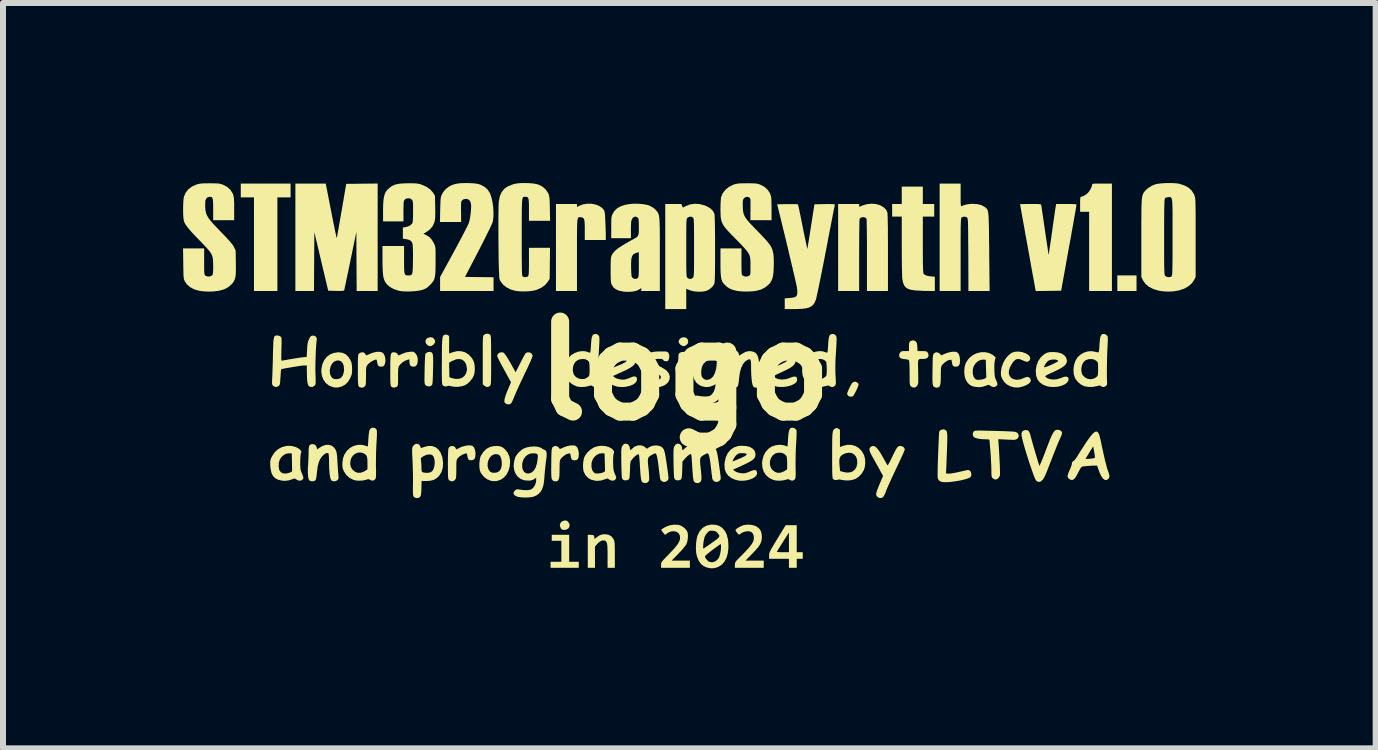
<source format=kicad_pcb>
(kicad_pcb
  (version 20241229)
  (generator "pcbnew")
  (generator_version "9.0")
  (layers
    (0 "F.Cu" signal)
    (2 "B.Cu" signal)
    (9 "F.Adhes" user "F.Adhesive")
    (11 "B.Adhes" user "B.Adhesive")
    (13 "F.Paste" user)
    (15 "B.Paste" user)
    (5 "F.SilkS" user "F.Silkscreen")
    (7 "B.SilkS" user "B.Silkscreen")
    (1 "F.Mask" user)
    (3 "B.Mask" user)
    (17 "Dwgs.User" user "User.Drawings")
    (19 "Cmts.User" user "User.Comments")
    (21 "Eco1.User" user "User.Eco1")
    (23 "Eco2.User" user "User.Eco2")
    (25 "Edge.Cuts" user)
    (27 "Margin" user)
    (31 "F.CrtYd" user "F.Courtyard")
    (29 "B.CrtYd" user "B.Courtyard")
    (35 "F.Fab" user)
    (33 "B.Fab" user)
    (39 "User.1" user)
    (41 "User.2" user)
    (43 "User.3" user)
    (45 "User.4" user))
  (footprint "logo"
    (layer "F.Cu")
    (at 8.355 3.13)
    (property "Reference" "logo" (at 0 0 0) (layer "F.SilkS") (effects (font (size 1.5 1.5) (thickness 0.3))))
    (attr board_only exclude_from_pos_files exclude_from_bom)
    (fp_poly (pts (xy 7.533 -1.461) (xy 7.533 -1.331) (xy 7.373 -1.331) (xy 7.213 -1.331) (xy 7.213 -1.461) (xy 7.213 -1.591) (xy 7.373 -1.591) (xy 7.533 -1.591)) (stroke (width 0) (type solid)) (fill yes) (layer "F.SilkS"))
    (fp_poly (pts (xy -6.563 -3.006) (xy -6.563 -2.891) (xy -6.673 -2.891) (xy -6.783 -2.891) (xy -6.783 -2.111) (xy -6.783 -1.331) (xy -6.978 -1.331) (xy -7.173 -1.331) (xy -7.173 -2.111) (xy -7.173 -2.891) (xy -7.283 -2.891) (xy -7.393 -2.891) (xy -7.393 -3.006) (xy -7.393 -3.121) (xy -6.978 -3.121) (xy -6.563 -3.121)) (stroke (width 0) (type solid)) (fill yes) (layer "F.SilkS"))
    (fp_poly (pts (xy -1.966 2.495) (xy -1.95 2.504) (xy -1.923 2.535) (xy -1.913 2.57) (xy -1.92 2.605) (xy -1.935 2.626) (xy -1.967 2.645) (xy -2.006 2.651) (xy -2.039 2.644) (xy -2.056 2.629) (xy -2.069 2.602) (xy -2.076 2.572) (xy -2.075 2.556) (xy -2.059 2.525) (xy -2.031 2.503) (xy -1.998 2.493)) (stroke (width 0) (type solid)) (fill yes) (layer "F.SilkS"))
    (fp_poly (pts (xy 0.008 -0.558) (xy 0.037 -0.545) (xy 0.056 -0.522) (xy 0.063 -0.49) (xy 0.056 -0.457) (xy 0.036 -0.434) (xy 0.002 -0.414) (xy -0.031 -0.414) (xy -0.064 -0.434) (xy -0.072 -0.44) (xy -0.091 -0.464) (xy -0.098 -0.483) (xy -0.096 -0.498) (xy -0.08 -0.53) (xy -0.055 -0.55) (xy -0.024 -0.56)) (stroke (width 0) (type solid)) (fill yes) (layer "F.SilkS"))
    (fp_poly (pts (xy -4.2 -0.556) (xy -4.178 -0.54) (xy -4.172 -0.534) (xy -4.155 -0.503) (xy -4.156 -0.475) (xy -4.175 -0.446) (xy -4.181 -0.439) (xy -4.214 -0.416) (xy -4.248 -0.412) (xy -4.282 -0.429) (xy -4.288 -0.434) (xy -4.311 -0.463) (xy -4.316 -0.495) (xy -4.306 -0.524) (xy -4.283 -0.547) (xy -4.247 -0.559) (xy -4.231 -0.56)) (stroke (width 0) (type solid)) (fill yes) (layer "F.SilkS"))
    (fp_poly (pts (xy -1.921 2.956) (xy -1.921 3.181) (xy -1.841 3.181) (xy -1.761 3.181) (xy -1.761 3.231) (xy -1.761 3.281) (xy -1.996 3.281) (xy -2.231 3.281) (xy -2.231 3.231) (xy -2.231 3.181) (xy -2.141 3.181) (xy -2.051 3.181) (xy -2.051 3.006) (xy -2.051 2.831) (xy -2.131 2.831) (xy -2.211 2.831) (xy -2.211 2.781) (xy -2.211 2.731) (xy -2.066 2.731) (xy -1.921 2.731)) (stroke (width 0) (type solid)) (fill yes) (layer "F.SilkS"))
    (fp_poly (pts (xy 2.878 0.192) (xy 2.897 0.212) (xy 2.901 0.231) (xy 2.897 0.249) (xy 2.885 0.278) (xy 2.869 0.314) (xy 2.85 0.352) (xy 2.832 0.386) (xy 2.817 0.411) (xy 2.807 0.423) (xy 2.782 0.43) (xy 2.751 0.427) (xy 2.727 0.415) (xy 2.727 0.414) (xy 2.714 0.393) (xy 2.711 0.379) (xy 2.716 0.361) (xy 2.728 0.33) (xy 2.744 0.294) (xy 2.763 0.256) (xy 2.781 0.223) (xy 2.796 0.2) (xy 2.799 0.198) (xy 2.823 0.182) (xy 2.852 0.181)) (stroke (width 0) (type solid)) (fill yes) (layer "F.SilkS"))
    (fp_poly (pts (xy 7.123 -2.226) (xy 7.123 -1.331) (xy 6.933 -1.331) (xy 6.743 -1.331) (xy 6.743 -1.991) (xy 6.743 -2.651) (xy 6.668 -2.651) (xy 6.593 -2.651) (xy 6.593 -2.776) (xy 6.593 -2.829) (xy 6.594 -2.865) (xy 6.597 -2.887) (xy 6.601 -2.898) (xy 6.607 -2.901) (xy 6.608 -2.901) (xy 6.633 -2.907) (xy 6.666 -2.923) (xy 6.699 -2.945) (xy 6.724 -2.968) (xy 6.748 -2.998) (xy 6.769 -3.035) (xy 6.786 -3.071) (xy 6.793 -3.099) (xy 6.793 -3.101) (xy 6.794 -3.108) (xy 6.798 -3.114) (xy 6.809 -3.117) (xy 6.829 -3.12) (xy 6.861 -3.121) (xy 6.908 -3.121) (xy 6.958 -3.121) (xy 7.123 -3.121)) (stroke (width 0) (type solid)) (fill yes) (layer "F.SilkS"))
    (fp_poly (pts (xy -4.232 -0.315) (xy -4.218 -0.31) (xy -4.206 -0.301) (xy -4.198 -0.288) (xy -4.192 -0.267) (xy -4.189 -0.237) (xy -4.187 -0.196) (xy -4.187 -0.14) (xy -4.188 -0.067) (xy -4.189 -0.021) (xy -4.191 0.056) (xy -4.193 0.115) (xy -4.195 0.16) (xy -4.197 0.192) (xy -4.2 0.214) (xy -4.204 0.228) (xy -4.209 0.237) (xy -4.213 0.242) (xy -4.241 0.257) (xy -4.275 0.258) (xy -4.306 0.245) (xy -4.313 0.239) (xy -4.32 0.232) (xy -4.325 0.223) (xy -4.328 0.211) (xy -4.33 0.192) (xy -4.332 0.164) (xy -4.332 0.125) (xy -4.331 0.071) (xy -4.33 0.001) (xy -4.329 -0.024) (xy -4.328 -0.092) (xy -4.326 -0.154) (xy -4.323 -0.207) (xy -4.321 -0.248) (xy -4.319 -0.274) (xy -4.317 -0.282) (xy -4.301 -0.3) (xy -4.273 -0.313) (xy -4.244 -0.317)) (stroke (width 0) (type solid)) (fill yes) (layer "F.SilkS"))
    (fp_poly (pts (xy -0.01 -0.315) (xy 0.004 -0.31) (xy 0.015 -0.301) (xy 0.023 -0.288) (xy 0.029 -0.267) (xy 0.033 -0.237) (xy 0.034 -0.195) (xy 0.034 -0.138) (xy 0.033 -0.065) (xy 0.032 -0.021) (xy 0.031 0.056) (xy 0.029 0.115) (xy 0.027 0.159) (xy 0.025 0.191) (xy 0.022 0.213) (xy 0.018 0.227) (xy 0.013 0.237) (xy 0.009 0.241) (xy -0.02 0.257) (xy -0.054 0.258) (xy -0.085 0.245) (xy -0.091 0.239) (xy -0.098 0.232) (xy -0.103 0.223) (xy -0.106 0.211) (xy -0.108 0.191) (xy -0.11 0.163) (xy -0.11 0.123) (xy -0.109 0.069) (xy -0.108 -0.001) (xy -0.108 -0.024) (xy -0.106 -0.092) (xy -0.104 -0.154) (xy -0.102 -0.207) (xy -0.1 -0.248) (xy -0.098 -0.274) (xy -0.096 -0.282) (xy -0.079 -0.3) (xy -0.051 -0.313) (xy -0.022 -0.317)) (stroke (width 0) (type solid)) (fill yes) (layer "F.SilkS"))
    (fp_poly (pts (xy -3.25 -0.612) (xy -3.238 -0.602) (xy -3.234 -0.596) (xy -3.23 -0.586) (xy -3.228 -0.571) (xy -3.225 -0.548) (xy -3.224 -0.516) (xy -3.223 -0.473) (xy -3.222 -0.418) (xy -3.222 -0.347) (xy -3.221 -0.26) (xy -3.221 -0.177) (xy -3.221 -0.076) (xy -3.221 0.007) (xy -3.222 0.074) (xy -3.222 0.126) (xy -3.224 0.166) (xy -3.225 0.196) (xy -3.227 0.216) (xy -3.23 0.231) (xy -3.233 0.24) (xy -3.238 0.246) (xy -3.241 0.25) (xy -3.271 0.267) (xy -3.304 0.266) (xy -3.335 0.247) (xy -3.337 0.246) (xy -3.361 0.221) (xy -3.361 -0.18) (xy -3.361 -0.28) (xy -3.361 -0.362) (xy -3.361 -0.428) (xy -3.36 -0.479) (xy -3.359 -0.519) (xy -3.357 -0.547) (xy -3.355 -0.568) (xy -3.352 -0.582) (xy -3.349 -0.591) (xy -3.344 -0.597) (xy -3.341 -0.6) (xy -3.314 -0.616) (xy -3.281 -0.62)) (stroke (width 0) (type solid)) (fill yes) (layer "F.SilkS"))
    (fp_poly (pts (xy -1.266 2.73) (xy -1.22 2.755) (xy -1.186 2.796) (xy -1.183 2.801) (xy -1.176 2.816) (xy -1.17 2.832) (xy -1.166 2.85) (xy -1.163 2.874) (xy -1.162 2.907) (xy -1.161 2.953) (xy -1.16 3.013) (xy -1.16 3.063) (xy -1.16 3.281) (xy -1.22 3.281) (xy -1.281 3.281) (xy -1.281 3.086) (xy -1.281 3.008) (xy -1.283 2.948) (xy -1.286 2.903) (xy -1.292 2.871) (xy -1.301 2.849) (xy -1.314 2.835) (xy -1.33 2.827) (xy -1.337 2.825) (xy -1.371 2.826) (xy -1.408 2.843) (xy -1.445 2.874) (xy -1.461 2.892) (xy -1.491 2.929) (xy -1.491 3.105) (xy -1.491 3.281) (xy -1.551 3.281) (xy -1.611 3.281) (xy -1.611 3.006) (xy -1.611 2.73) (xy -1.558 2.733) (xy -1.527 2.735) (xy -1.512 2.741) (xy -1.505 2.752) (xy -1.502 2.769) (xy -1.499 2.802) (xy -1.461 2.772) (xy -1.418 2.742) (xy -1.376 2.726) (xy -1.328 2.721) (xy -1.322 2.721)) (stroke (width 0) (type solid)) (fill yes) (layer "F.SilkS"))
    (fp_poly (pts (xy 1.871 2.796) (xy 1.871 3.021) (xy 1.921 3.021) (xy 1.971 3.021) (xy 1.971 3.076) (xy 1.971 3.131) (xy 1.921 3.131) (xy 1.871 3.131) (xy 1.871 3.206) (xy 1.871 3.281) (xy 1.806 3.281) (xy 1.741 3.281) (xy 1.741 3.206) (xy 1.741 3.131) (xy 1.576 3.131) (xy 1.411 3.131) (xy 1.411 3.078) (xy 1.411 3.061) (xy 1.413 3.044) (xy 1.418 3.027) (xy 1.423 3.015) (xy 1.541 3.015) (xy 1.55 3.018) (xy 1.575 3.02) (xy 1.612 3.021) (xy 1.641 3.021) (xy 1.741 3.021) (xy 1.741 2.859) (xy 1.741 2.696) (xy 1.717 2.731) (xy 1.697 2.763) (xy 1.671 2.802) (xy 1.644 2.845) (xy 1.616 2.89) (xy 1.589 2.933) (xy 1.567 2.969) (xy 1.55 2.997) (xy 1.541 3.013) (xy 1.541 3.015) (xy 1.423 3.015) (xy 1.427 3.005) (xy 1.441 2.978) (xy 1.462 2.941) (xy 1.49 2.894) (xy 1.527 2.832) (xy 1.548 2.798) (xy 1.686 2.572) (xy 1.778 2.571) (xy 1.871 2.571)) (stroke (width 0) (type solid)) (fill yes) (layer "F.SilkS"))
    (fp_poly (pts (xy -5.112 -2.226) (xy -5.112 -1.331) (xy -5.287 -1.331) (xy -5.462 -1.331) (xy -5.465 -1.823) (xy -5.467 -2.316) (xy -5.566 -1.836) (xy -5.586 -1.74) (xy -5.604 -1.651) (xy -5.622 -1.569) (xy -5.637 -1.496) (xy -5.649 -1.436) (xy -5.66 -1.389) (xy -5.666 -1.357) (xy -5.67 -1.343) (xy -5.67 -1.343) (xy -5.677 -1.337) (xy -5.696 -1.334) (xy -5.728 -1.332) (xy -5.777 -1.332) (xy -5.805 -1.333) (xy -5.936 -1.336) (xy -6.052 -1.824) (xy -6.167 -2.313) (xy -6.17 -1.822) (xy -6.173 -1.331) (xy -6.328 -1.331) (xy -6.483 -1.331) (xy -6.483 -2.226) (xy -6.483 -3.121) (xy -6.23 -3.121) (xy -5.977 -3.121) (xy -5.887 -2.661) (xy -5.869 -2.568) (xy -5.852 -2.482) (xy -5.836 -2.405) (xy -5.823 -2.338) (xy -5.811 -2.284) (xy -5.802 -2.244) (xy -5.796 -2.219) (xy -5.793 -2.213) (xy -5.791 -2.225) (xy -5.785 -2.255) (xy -5.777 -2.301) (xy -5.766 -2.36) (xy -5.754 -2.431) (xy -5.74 -2.511) (xy -5.725 -2.599) (xy -5.712 -2.671) (xy -5.636 -3.116) (xy -5.374 -3.119) (xy -5.112 -3.122)) (stroke (width 0) (type solid)) (fill yes) (layer "F.SilkS"))
    (fp_poly (pts (xy 3.189 -2.781) (xy 3.253 -2.763) (xy 3.261 -2.76) (xy 3.32 -2.725) (xy 3.36 -2.686) (xy 3.381 -2.642) (xy 3.383 -2.624) (xy 3.385 -2.587) (xy 3.387 -2.532) (xy 3.388 -2.459) (xy 3.39 -2.371) (xy 3.39 -2.266) (xy 3.391 -2.147) (xy 3.391 -2.015) (xy 3.391 -1.968) (xy 3.391 -1.331) (xy 3.216 -1.331) (xy 3.041 -1.331) (xy 3.041 -1.928) (xy 3.041 -2.036) (xy 3.041 -2.138) (xy 3.04 -2.232) (xy 3.039 -2.317) (xy 3.038 -2.391) (xy 3.037 -2.451) (xy 3.036 -2.497) (xy 3.035 -2.527) (xy 3.033 -2.538) (xy 3.012 -2.555) (xy 2.981 -2.562) (xy 2.949 -2.558) (xy 2.924 -2.544) (xy 2.919 -2.538) (xy 2.918 -2.526) (xy 2.916 -2.496) (xy 2.915 -2.449) (xy 2.914 -2.388) (xy 2.913 -2.314) (xy 2.912 -2.229) (xy 2.912 -2.134) (xy 2.911 -2.032) (xy 2.911 -1.928) (xy 2.911 -1.331) (xy 2.736 -1.331) (xy 2.561 -1.331) (xy 2.561 -2.056) (xy 2.561 -2.781) (xy 2.736 -2.781) (xy 2.911 -2.781) (xy 2.911 -2.757) (xy 2.911 -2.733) (xy 2.973 -2.758) (xy 3.043 -2.778) (xy 3.117 -2.786)) (stroke (width 0) (type solid)) (fill yes) (layer "F.SilkS"))
    (fp_poly (pts (xy 5.628 -0.313) (xy 5.686 -0.293) (xy 5.733 -0.263) (xy 5.756 -0.234) (xy 5.762 -0.203) (xy 5.751 -0.175) (xy 5.744 -0.167) (xy 5.723 -0.154) (xy 5.698 -0.152) (xy 5.665 -0.162) (xy 5.638 -0.175) (xy 5.59 -0.195) (xy 5.55 -0.199) (xy 5.515 -0.186) (xy 5.482 -0.155) (xy 5.459 -0.123) (xy 5.424 -0.06) (xy 5.406 -0.002) (xy 5.405 0.048) (xy 5.421 0.09) (xy 5.453 0.123) (xy 5.479 0.136) (xy 5.534 0.149) (xy 5.594 0.142) (xy 5.641 0.125) (xy 5.674 0.111) (xy 5.703 0.102) (xy 5.717 0.1) (xy 5.744 0.109) (xy 5.764 0.132) (xy 5.772 0.163) (xy 5.762 0.189) (xy 5.734 0.215) (xy 5.688 0.241) (xy 5.639 0.26) (xy 5.57 0.277) (xy 5.504 0.276) (xy 5.445 0.262) (xy 5.383 0.233) (xy 5.335 0.193) (xy 5.299 0.14) (xy 5.297 0.135) (xy 5.282 0.102) (xy 5.274 0.074) (xy 5.273 0.043) (xy 5.274 0.007) (xy 5.286 -0.064) (xy 5.312 -0.134) (xy 5.348 -0.199) (xy 5.393 -0.254) (xy 5.443 -0.295) (xy 5.456 -0.302) (xy 5.507 -0.319) (xy 5.566 -0.322)) (stroke (width 0) (type solid)) (fill yes) (layer "F.SilkS"))
    (fp_poly (pts (xy -3.068 1.258) (xy -3.03 1.275) (xy -2.996 1.302) (xy -2.949 1.358) (xy -2.918 1.425) (xy -2.905 1.501) (xy -2.91 1.584) (xy -2.911 1.59) (xy -2.932 1.665) (xy -2.966 1.729) (xy -3.01 1.779) (xy -3.064 1.815) (xy -3.125 1.835) (xy -3.192 1.837) (xy -3.226 1.831) (xy -3.287 1.807) (xy -3.342 1.765) (xy -3.386 1.71) (xy -3.398 1.691) (xy -3.41 1.653) (xy -3.417 1.602) (xy -3.417 1.587) (xy -3.28 1.587) (xy -3.269 1.633) (xy -3.246 1.671) (xy -3.23 1.685) (xy -3.198 1.697) (xy -3.159 1.698) (xy -3.119 1.69) (xy -3.088 1.672) (xy -3.086 1.671) (xy -3.059 1.632) (xy -3.045 1.582) (xy -3.044 1.517) (xy -3.044 1.514) (xy -3.054 1.456) (xy -3.074 1.415) (xy -3.103 1.392) (xy -3.142 1.386) (xy -3.171 1.391) (xy -3.212 1.411) (xy -3.244 1.445) (xy -3.267 1.489) (xy -3.279 1.537) (xy -3.28 1.587) (xy -3.417 1.587) (xy -3.418 1.545) (xy -3.412 1.489) (xy -3.402 1.44) (xy -3.393 1.417) (xy -3.351 1.35) (xy -3.3 1.3) (xy -3.241 1.268) (xy -3.172 1.253) (xy -3.114 1.251)) (stroke (width 0) (type solid)) (fill yes) (layer "F.SilkS"))
    (fp_poly (pts (xy -1.549 -2.785) (xy -1.481 -2.772) (xy -1.421 -2.749) (xy -1.372 -2.715) (xy -1.349 -2.689) (xy -1.34 -2.674) (xy -1.333 -2.658) (xy -1.328 -2.636) (xy -1.324 -2.604) (xy -1.321 -2.56) (xy -1.319 -2.506) (xy -1.316 -2.444) (xy -1.314 -2.38) (xy -1.312 -2.322) (xy -1.311 -2.276) (xy -1.311 -2.268) (xy -1.311 -2.181) (xy -1.486 -2.181) (xy -1.661 -2.181) (xy -1.661 -2.343) (xy -1.661 -2.414) (xy -1.663 -2.467) (xy -1.667 -2.505) (xy -1.674 -2.531) (xy -1.685 -2.546) (xy -1.7 -2.555) (xy -1.72 -2.559) (xy -1.724 -2.559) (xy -1.738 -2.561) (xy -1.749 -2.562) (xy -1.759 -2.561) (xy -1.767 -2.556) (xy -1.774 -2.547) (xy -1.779 -2.531) (xy -1.783 -2.508) (xy -1.786 -2.476) (xy -1.788 -2.433) (xy -1.789 -2.378) (xy -1.79 -2.31) (xy -1.791 -2.227) (xy -1.791 -2.127) (xy -1.791 -2.01) (xy -1.791 -1.935) (xy -1.791 -1.331) (xy -1.966 -1.331) (xy -2.141 -1.331) (xy -2.141 -2.056) (xy -2.141 -2.781) (xy -1.966 -2.781) (xy -1.791 -2.781) (xy -1.791 -2.756) (xy -1.791 -2.731) (xy -1.752 -2.751) (xy -1.688 -2.775) (xy -1.619 -2.786)) (stroke (width 0) (type solid)) (fill yes) (layer "F.SilkS"))
    (fp_poly (pts (xy 3.972 -2.926) (xy 3.972 -2.781) (xy 4.067 -2.781) (xy 4.162 -2.781) (xy 4.162 -2.676) (xy 4.162 -2.571) (xy 4.067 -2.571) (xy 3.972 -2.571) (xy 3.972 -2.103) (xy 3.972 -1.987) (xy 3.973 -1.889) (xy 3.973 -1.808) (xy 3.975 -1.744) (xy 3.976 -1.694) (xy 3.978 -1.658) (xy 3.98 -1.634) (xy 3.983 -1.622) (xy 3.984 -1.62) (xy 4.006 -1.6) (xy 4.036 -1.587) (xy 4.081 -1.578) (xy 4.105 -1.575) (xy 4.172 -1.568) (xy 4.172 -1.449) (xy 4.172 -1.331) (xy 4.049 -1.332) (xy 3.991 -1.333) (xy 3.931 -1.336) (xy 3.876 -1.339) (xy 3.843 -1.341) (xy 3.775 -1.351) (xy 3.723 -1.367) (xy 3.686 -1.392) (xy 3.659 -1.428) (xy 3.641 -1.477) (xy 3.631 -1.526) (xy 3.629 -1.548) (xy 3.627 -1.587) (xy 3.626 -1.643) (xy 3.624 -1.711) (xy 3.623 -1.791) (xy 3.622 -1.879) (xy 3.622 -1.974) (xy 3.621 -2.074) (xy 3.621 -2.078) (xy 3.621 -2.571) (xy 3.541 -2.571) (xy 3.461 -2.571) (xy 3.461 -2.676) (xy 3.461 -2.781) (xy 3.541 -2.781) (xy 3.621 -2.781) (xy 3.621 -2.926) (xy 3.621 -3.071) (xy 3.796 -3.071) (xy 3.972 -3.071)) (stroke (width 0) (type solid)) (fill yes) (layer "F.SilkS"))
    (fp_poly (pts (xy 1.11 2.565) (xy 1.17 2.579) (xy 1.206 2.596) (xy 1.248 2.63) (xy 1.275 2.674) (xy 1.288 2.731) (xy 1.29 2.766) (xy 1.287 2.81) (xy 1.278 2.85) (xy 1.26 2.89) (xy 1.232 2.933) (xy 1.192 2.981) (xy 1.138 3.038) (xy 1.128 3.048) (xy 1.017 3.161) (xy 1.169 3.161) (xy 1.321 3.161) (xy 1.321 3.221) (xy 1.321 3.281) (xy 1.08 3.281) (xy 0.84 3.281) (xy 0.84 3.234) (xy 0.841 3.215) (xy 0.843 3.2) (xy 0.85 3.185) (xy 0.863 3.167) (xy 0.885 3.143) (xy 0.916 3.111) (xy 0.952 3.076) (xy 1.017 3.009) (xy 1.069 2.953) (xy 1.107 2.906) (xy 1.134 2.865) (xy 1.15 2.83) (xy 1.156 2.806) (xy 1.156 2.756) (xy 1.142 2.714) (xy 1.117 2.686) (xy 1.082 2.673) (xy 1.039 2.672) (xy 0.992 2.683) (xy 0.948 2.704) (xy 0.927 2.72) (xy 0.915 2.728) (xy 0.904 2.726) (xy 0.889 2.712) (xy 0.88 2.701) (xy 0.862 2.677) (xy 0.852 2.658) (xy 0.851 2.653) (xy 0.859 2.64) (xy 0.881 2.622) (xy 0.912 2.603) (xy 0.947 2.585) (xy 0.982 2.572) (xy 0.985 2.571) (xy 1.045 2.562)) (stroke (width 0) (type solid)) (fill yes) (layer "F.SilkS"))
    (fp_poly (pts (xy -5.699 -0.301) (xy -5.644 -0.276) (xy -5.6 -0.234) (xy -5.596 -0.227) (xy -5.567 -0.183) (xy -5.55 -0.142) (xy -5.541 -0.098) (xy -5.538 -0.042) (xy -5.538 -0.029) (xy -5.539 0.017) (xy -5.543 0.051) (xy -5.552 0.081) (xy -5.567 0.115) (xy -5.571 0.124) (xy -5.609 0.186) (xy -5.656 0.231) (xy -5.713 0.261) (xy -5.727 0.265) (xy -5.776 0.277) (xy -5.819 0.278) (xy -5.857 0.271) (xy -5.921 0.246) (xy -5.974 0.205) (xy -6.014 0.151) (xy -6.04 0.087) (xy -6.051 0.013) (xy -6.05 -0.014) (xy -5.91 -0.014) (xy -5.908 0.04) (xy -5.893 0.086) (xy -5.865 0.121) (xy -5.861 0.124) (xy -5.831 0.136) (xy -5.793 0.138) (xy -5.754 0.131) (xy -5.723 0.116) (xy -5.721 0.114) (xy -5.692 0.075) (xy -5.676 0.021) (xy -5.672 -0.027) (xy -5.678 -0.086) (xy -5.695 -0.131) (xy -5.723 -0.161) (xy -5.759 -0.174) (xy -5.8 -0.171) (xy -5.843 -0.151) (xy -5.875 -0.116) (xy -5.897 -0.071) (xy -5.91 -0.014) (xy -6.05 -0.014) (xy -6.05 -0.024) (xy -6.036 -0.103) (xy -6.007 -0.172) (xy -5.965 -0.229) (xy -5.91 -0.272) (xy -5.845 -0.299) (xy -5.77 -0.31) (xy -5.764 -0.31)) (stroke (width 0) (type solid)) (fill yes) (layer "F.SilkS"))
    (fp_poly (pts (xy -0.1 2.566) (xy -0.082 2.57) (xy -0.039 2.59) (xy 0.002 2.62) (xy 0.035 2.657) (xy 0.051 2.688) (xy 0.058 2.732) (xy 0.057 2.786) (xy 0.048 2.841) (xy 0.032 2.888) (xy 0.03 2.891) (xy 0.015 2.914) (xy -0.011 2.947) (xy -0.045 2.987) (xy -0.085 3.029) (xy -0.103 3.049) (xy -0.214 3.161) (xy -0.062 3.161) (xy 0.09 3.161) (xy 0.09 3.221) (xy 0.09 3.281) (xy -0.15 3.281) (xy -0.39 3.281) (xy -0.39 3.235) (xy -0.39 3.218) (xy -0.388 3.204) (xy -0.381 3.19) (xy -0.37 3.172) (xy -0.351 3.15) (xy -0.322 3.119) (xy -0.282 3.078) (xy -0.256 3.051) (xy -0.193 2.985) (xy -0.145 2.93) (xy -0.11 2.883) (xy -0.087 2.842) (xy -0.075 2.806) (xy -0.073 2.773) (xy -0.079 2.739) (xy -0.08 2.736) (xy -0.1 2.703) (xy -0.133 2.681) (xy -0.175 2.672) (xy -0.22 2.675) (xy -0.264 2.692) (xy -0.284 2.705) (xy -0.306 2.721) (xy -0.32 2.73) (xy -0.323 2.731) (xy -0.331 2.724) (xy -0.347 2.706) (xy -0.359 2.69) (xy -0.378 2.666) (xy -0.385 2.652) (xy -0.382 2.643) (xy -0.374 2.635) (xy -0.312 2.598) (xy -0.243 2.573) (xy -0.17 2.562)) (stroke (width 0) (type solid)) (fill yes) (layer "F.SilkS"))
    (fp_poly (pts (xy -3.555 1.243) (xy -3.532 1.25) (xy -3.508 1.274) (xy -3.491 1.312) (xy -3.482 1.362) (xy -3.482 1.383) (xy -3.485 1.431) (xy -3.496 1.464) (xy -3.517 1.482) (xy -3.545 1.489) (xy -3.578 1.488) (xy -3.6 1.475) (xy -3.612 1.448) (xy -3.617 1.42) (xy -3.622 1.391) (xy -3.628 1.377) (xy -3.639 1.375) (xy -3.65 1.377) (xy -3.702 1.397) (xy -3.749 1.426) (xy -3.776 1.454) (xy -3.786 1.468) (xy -3.793 1.481) (xy -3.797 1.498) (xy -3.8 1.523) (xy -3.801 1.558) (xy -3.801 1.607) (xy -3.801 1.638) (xy -3.802 1.696) (xy -3.803 1.739) (xy -3.805 1.768) (xy -3.808 1.788) (xy -3.814 1.802) (xy -3.822 1.814) (xy -3.822 1.814) (xy -3.85 1.836) (xy -3.883 1.84) (xy -3.914 1.827) (xy -3.922 1.821) (xy -3.928 1.813) (xy -3.933 1.804) (xy -3.936 1.79) (xy -3.939 1.769) (xy -3.94 1.738) (xy -3.941 1.695) (xy -3.941 1.637) (xy -3.942 1.562) (xy -3.942 1.556) (xy -3.941 1.464) (xy -3.94 1.391) (xy -3.937 1.337) (xy -3.934 1.301) (xy -3.93 1.286) (xy -3.91 1.262) (xy -3.881 1.252) (xy -3.85 1.254) (xy -3.824 1.269) (xy -3.814 1.285) (xy -3.802 1.31) (xy -3.743 1.279) (xy -3.696 1.26) (xy -3.645 1.247) (xy -3.596 1.241)) (stroke (width 0) (type solid)) (fill yes) (layer "F.SilkS"))
    (fp_poly (pts (xy -3.027 -0.308) (xy -3.011 -0.301) (xy -2.995 -0.283) (xy -2.973 -0.253) (xy -2.972 -0.252) (xy -2.951 -0.219) (xy -2.924 -0.174) (xy -2.895 -0.125) (xy -2.873 -0.085) (xy -2.813 0.023) (xy -2.737 -0.127) (xy -2.711 -0.179) (xy -2.687 -0.224) (xy -2.667 -0.261) (xy -2.652 -0.286) (xy -2.646 -0.294) (xy -2.619 -0.309) (xy -2.588 -0.309) (xy -2.559 -0.298) (xy -2.538 -0.276) (xy -2.531 -0.25) (xy -2.535 -0.233) (xy -2.548 -0.201) (xy -2.567 -0.155) (xy -2.593 -0.097) (xy -2.624 -0.031) (xy -2.657 0.037) (xy -2.692 0.111) (xy -2.727 0.185) (xy -2.76 0.256) (xy -2.789 0.32) (xy -2.812 0.374) (xy -2.828 0.41) (xy -2.846 0.456) (xy -2.864 0.496) (xy -2.879 0.527) (xy -2.889 0.543) (xy -2.889 0.543) (xy -2.914 0.557) (xy -2.947 0.558) (xy -2.979 0.544) (xy -2.98 0.544) (xy -2.994 0.531) (xy -3 0.514) (xy -2.999 0.485) (xy -2.999 0.481) (xy -2.993 0.454) (xy -2.981 0.414) (xy -2.964 0.366) (xy -2.944 0.316) (xy -2.942 0.312) (xy -2.89 0.19) (xy -3.005 -0.02) (xy -3.038 -0.08) (xy -3.067 -0.134) (xy -3.091 -0.182) (xy -3.109 -0.219) (xy -3.119 -0.243) (xy -3.121 -0.25) (xy -3.112 -0.277) (xy -3.089 -0.299) (xy -3.056 -0.31) (xy -3.047 -0.31)) (stroke (width 0) (type solid)) (fill yes) (layer "F.SilkS"))
    (fp_poly (pts (xy 4.337 0.979) (xy 4.35 0.986) (xy 4.361 0.994) (xy 4.369 1.006) (xy 4.374 1.024) (xy 4.378 1.05) (xy 4.38 1.086) (xy 4.38 1.134) (xy 4.379 1.196) (xy 4.376 1.274) (xy 4.373 1.358) (xy 4.37 1.437) (xy 4.367 1.51) (xy 4.365 1.574) (xy 4.362 1.627) (xy 4.361 1.667) (xy 4.359 1.69) (xy 4.359 1.695) (xy 4.36 1.706) (xy 4.368 1.711) (xy 4.389 1.712) (xy 4.415 1.712) (xy 4.449 1.708) (xy 4.495 1.701) (xy 4.548 1.69) (xy 4.593 1.68) (xy 4.641 1.669) (xy 4.682 1.659) (xy 4.712 1.653) (xy 4.727 1.651) (xy 4.727 1.651) (xy 4.752 1.659) (xy 4.77 1.681) (xy 4.78 1.711) (xy 4.78 1.741) (xy 4.769 1.766) (xy 4.759 1.775) (xy 4.726 1.791) (xy 4.678 1.806) (xy 4.618 1.821) (xy 4.552 1.834) (xy 4.484 1.844) (xy 4.419 1.852) (xy 4.361 1.855) (xy 4.314 1.854) (xy 4.293 1.851) (xy 4.257 1.838) (xy 4.234 1.817) (xy 4.221 1.786) (xy 4.218 1.739) (xy 4.218 1.728) (xy 4.219 1.669) (xy 4.22 1.601) (xy 4.222 1.526) (xy 4.225 1.448) (xy 4.228 1.369) (xy 4.231 1.292) (xy 4.234 1.218) (xy 4.237 1.152) (xy 4.239 1.095) (xy 4.242 1.051) (xy 4.244 1.021) (xy 4.246 1.009) (xy 4.264 0.989) (xy 4.293 0.976) (xy 4.324 0.975)) (stroke (width 0) (type solid)) (fill yes) (layer "F.SilkS"))
    (fp_poly (pts (xy -4.521 -0.319) (xy -4.505 -0.312) (xy -4.49 -0.299) (xy -4.484 -0.293) (xy -4.457 -0.254) (xy -4.444 -0.202) (xy -4.446 -0.144) (xy -4.447 -0.14) (xy -4.458 -0.101) (xy -4.479 -0.078) (xy -4.51 -0.07) (xy -4.517 -0.07) (xy -4.551 -0.076) (xy -4.572 -0.096) (xy -4.581 -0.131) (xy -4.582 -0.147) (xy -4.582 -0.192) (xy -4.614 -0.185) (xy -4.657 -0.168) (xy -4.701 -0.14) (xy -4.738 -0.105) (xy -4.749 -0.091) (xy -4.758 -0.077) (xy -4.764 -0.061) (xy -4.768 -0.042) (xy -4.77 -0.014) (xy -4.772 0.025) (xy -4.772 0.08) (xy -4.772 0.096) (xy -4.772 0.154) (xy -4.773 0.196) (xy -4.774 0.225) (xy -4.778 0.243) (xy -4.782 0.254) (xy -4.79 0.261) (xy -4.794 0.265) (xy -4.827 0.278) (xy -4.86 0.277) (xy -4.885 0.262) (xy -4.891 0.254) (xy -4.894 0.242) (xy -4.897 0.223) (xy -4.9 0.195) (xy -4.901 0.156) (xy -4.902 0.103) (xy -4.902 0.033) (xy -4.902 -0.011) (xy -4.902 -0.096) (xy -4.901 -0.164) (xy -4.899 -0.215) (xy -4.896 -0.253) (xy -4.89 -0.279) (xy -4.882 -0.296) (xy -4.871 -0.305) (xy -4.857 -0.309) (xy -4.839 -0.31) (xy -4.838 -0.31) (xy -4.808 -0.304) (xy -4.784 -0.287) (xy -4.772 -0.265) (xy -4.772 -0.262) (xy -4.764 -0.259) (xy -4.742 -0.266) (xy -4.711 -0.281) (xy -4.644 -0.307) (xy -4.581 -0.317) (xy -4.545 -0.32)) (stroke (width 0) (type solid)) (fill yes) (layer "F.SilkS"))
    (fp_poly (pts (xy 5.074 -0.298) (xy 5.132 -0.269) (xy 5.149 -0.256) (xy 5.186 -0.224) (xy 5.173 -0.178) (xy 5.166 -0.135) (xy 5.163 -0.072) (xy 5.164 -0.013) (xy 5.167 0.041) (xy 5.17 0.081) (xy 5.176 0.111) (xy 5.185 0.137) (xy 5.195 0.159) (xy 5.208 0.19) (xy 5.215 0.217) (xy 5.215 0.229) (xy 5.197 0.255) (xy 5.168 0.268) (xy 5.134 0.267) (xy 5.1 0.251) (xy 5.098 0.249) (xy 5.08 0.236) (xy 5.065 0.233) (xy 5.043 0.239) (xy 5.032 0.244) (xy 4.968 0.265) (xy 4.91 0.272) (xy 4.86 0.268) (xy 4.802 0.257) (xy 4.759 0.236) (xy 4.725 0.205) (xy 4.716 0.195) (xy 4.689 0.151) (xy 4.672 0.103) (xy 4.664 0.046) (xy 4.804 0.046) (xy 4.817 0.096) (xy 4.838 0.127) (xy 4.855 0.142) (xy 4.873 0.148) (xy 4.899 0.149) (xy 4.921 0.148) (xy 4.958 0.143) (xy 4.99 0.134) (xy 5.005 0.128) (xy 5.03 0.111) (xy 5.025 -0.037) (xy 5.021 -0.185) (xy 4.979 -0.188) (xy 4.932 -0.182) (xy 4.887 -0.159) (xy 4.849 -0.123) (xy 4.82 -0.078) (xy 4.805 -0.026) (xy 4.804 -0.018) (xy 4.804 0.046) (xy 4.664 0.046) (xy 4.664 0.045) (xy 4.662 0.005) (xy 4.669 -0.07) (xy 4.689 -0.134) (xy 4.726 -0.191) (xy 4.752 -0.22) (xy 4.809 -0.265) (xy 4.873 -0.295) (xy 4.941 -0.311) (xy 5.009 -0.312)) (stroke (width 0) (type solid)) (fill yes) (layer "F.SilkS"))
    (fp_poly (pts (xy -1.831 1.244) (xy -1.812 1.25) (xy -1.787 1.274) (xy -1.77 1.314) (xy -1.761 1.366) (xy -1.761 1.388) (xy -1.764 1.436) (xy -1.776 1.468) (xy -1.798 1.485) (xy -1.83 1.491) (xy -1.859 1.488) (xy -1.877 1.477) (xy -1.888 1.453) (xy -1.895 1.417) (xy -1.901 1.388) (xy -1.908 1.375) (xy -1.917 1.375) (xy -1.939 1.38) (xy -1.945 1.381) (xy -1.964 1.387) (xy -1.992 1.404) (xy -2.022 1.426) (xy -2.047 1.45) (xy -2.061 1.466) (xy -2.069 1.481) (xy -2.075 1.498) (xy -2.078 1.522) (xy -2.08 1.557) (xy -2.081 1.606) (xy -2.081 1.639) (xy -2.082 1.708) (xy -2.085 1.76) (xy -2.091 1.796) (xy -2.101 1.82) (xy -2.116 1.834) (xy -2.137 1.84) (xy -2.153 1.841) (xy -2.179 1.835) (xy -2.195 1.825) (xy -2.203 1.816) (xy -2.21 1.804) (xy -2.214 1.788) (xy -2.217 1.764) (xy -2.219 1.731) (xy -2.22 1.686) (xy -2.22 1.627) (xy -2.219 1.551) (xy -2.219 1.529) (xy -2.218 1.453) (xy -2.217 1.395) (xy -2.215 1.352) (xy -2.213 1.321) (xy -2.21 1.3) (xy -2.206 1.286) (xy -2.201 1.276) (xy -2.197 1.272) (xy -2.171 1.255) (xy -2.149 1.25) (xy -2.124 1.257) (xy -2.1 1.271) (xy -2.084 1.29) (xy -2.081 1.3) (xy -2.073 1.3) (xy -2.052 1.293) (xy -2.022 1.279) (xy -2.02 1.278) (xy -1.972 1.259) (xy -1.92 1.246) (xy -1.872 1.241)) (stroke (width 0) (type solid)) (fill yes) (layer "F.SilkS"))
    (fp_poly (pts (xy -0.972 -0.308) (xy -0.911 -0.292) (xy -0.864 -0.266) (xy -0.833 -0.231) (xy -0.821 -0.2) (xy -0.817 -0.167) (xy -0.82 -0.138) (xy -0.832 -0.111) (xy -0.855 -0.086) (xy -0.891 -0.06) (xy -0.941 -0.031) (xy -1.008 0.002) (xy -1.05 0.021) (xy -1.191 0.085) (xy -1.166 0.107) (xy -1.136 0.124) (xy -1.093 0.138) (xy -1.046 0.145) (xy -1.003 0.145) (xy -0.994 0.144) (xy -0.962 0.135) (xy -0.924 0.122) (xy -0.905 0.114) (xy -0.858 0.095) (xy -0.824 0.092) (xy -0.802 0.103) (xy -0.791 0.128) (xy -0.79 0.145) (xy -0.8 0.178) (xy -0.826 0.207) (xy -0.866 0.232) (xy -0.916 0.251) (xy -0.973 0.264) (xy -1.034 0.269) (xy -1.097 0.266) (xy -1.133 0.259) (xy -1.205 0.234) (xy -1.261 0.196) (xy -1.301 0.146) (xy -1.326 0.084) (xy -1.334 0.011) (xy -1.33 -0.043) (xy -1.328 -0.05) (xy -1.201 -0.05) (xy -1.148 -0.071) (xy -1.108 -0.087) (xy -1.062 -0.106) (xy -1.038 -0.117) (xy -0.994 -0.139) (xy -0.969 -0.158) (xy -0.963 -0.173) (xy -0.977 -0.183) (xy -1.01 -0.189) (xy -1.043 -0.19) (xy -1.078 -0.189) (xy -1.102 -0.183) (xy -1.123 -0.169) (xy -1.135 -0.158) (xy -1.161 -0.129) (xy -1.181 -0.097) (xy -1.185 -0.088) (xy -1.201 -0.05) (xy -1.328 -0.05) (xy -1.311 -0.125) (xy -1.278 -0.193) (xy -1.232 -0.247) (xy -1.174 -0.286) (xy -1.106 -0.308) (xy -1.045 -0.314)) (stroke (width 0) (type solid)) (fill yes) (layer "F.SilkS"))
    (fp_poly (pts (xy 0.873 -0.332) (xy 0.897 -0.307) (xy 0.907 -0.28) (xy 0.912 -0.253) (xy 0.962 -0.286) (xy 1.018 -0.317) (xy 1.073 -0.329) (xy 1.117 -0.327) (xy 1.154 -0.317) (xy 1.184 -0.301) (xy 1.206 -0.276) (xy 1.224 -0.239) (xy 1.236 -0.189) (xy 1.245 -0.123) (xy 1.251 -0.042) (xy 1.255 0.018) (xy 1.259 0.076) (xy 1.263 0.127) (xy 1.266 0.166) (xy 1.267 0.176) (xy 1.269 0.212) (xy 1.267 0.234) (xy 1.26 0.25) (xy 1.252 0.259) (xy 1.224 0.275) (xy 1.192 0.28) (xy 1.162 0.273) (xy 1.148 0.263) (xy 1.137 0.239) (xy 1.127 0.199) (xy 1.12 0.144) (xy 1.114 0.077) (xy 1.111 0.001) (xy 1.11 -0.043) (xy 1.11 -0.104) (xy 1.108 -0.147) (xy 1.103 -0.174) (xy 1.095 -0.189) (xy 1.083 -0.194) (xy 1.066 -0.19) (xy 1.062 -0.189) (xy 1.015 -0.16) (xy 0.976 -0.114) (xy 0.945 -0.049) (xy 0.923 0.032) (xy 0.91 0.127) (xy 0.904 0.186) (xy 0.897 0.228) (xy 0.889 0.253) (xy 0.884 0.262) (xy 0.859 0.276) (xy 0.827 0.28) (xy 0.796 0.272) (xy 0.786 0.267) (xy 0.773 0.246) (xy 0.764 0.208) (xy 0.759 0.153) (xy 0.759 0.084) (xy 0.762 0.02) (xy 0.765 -0.039) (xy 0.767 -0.106) (xy 0.769 -0.171) (xy 0.769 -0.196) (xy 0.771 -0.253) (xy 0.775 -0.293) (xy 0.784 -0.319) (xy 0.799 -0.333) (xy 0.821 -0.339) (xy 0.838 -0.34)) (stroke (width 0) (type solid)) (fill yes) (layer "F.SilkS"))
    (fp_poly (pts (xy 3.631 1.258) (xy 3.657 1.276) (xy 3.671 1.302) (xy 3.671 1.31) (xy 3.667 1.324) (xy 3.655 1.353) (xy 3.637 1.395) (xy 3.612 1.449) (xy 3.583 1.511) (xy 3.551 1.58) (xy 3.533 1.618) (xy 3.497 1.693) (xy 3.462 1.767) (xy 3.431 1.836) (xy 3.403 1.898) (xy 3.381 1.949) (xy 3.365 1.987) (xy 3.362 1.996) (xy 3.346 2.037) (xy 3.329 2.073) (xy 3.315 2.097) (xy 3.309 2.103) (xy 3.278 2.119) (xy 3.244 2.117) (xy 3.213 2.097) (xy 3.212 2.096) (xy 3.201 2.083) (xy 3.195 2.067) (xy 3.195 2.047) (xy 3.201 2.02) (xy 3.213 1.982) (xy 3.233 1.932) (xy 3.255 1.878) (xy 3.309 1.751) (xy 3.237 1.618) (xy 3.207 1.564) (xy 3.177 1.51) (xy 3.149 1.46) (xy 3.127 1.421) (xy 3.123 1.414) (xy 3.096 1.362) (xy 3.083 1.322) (xy 3.084 1.292) (xy 3.099 1.27) (xy 3.106 1.265) (xy 3.131 1.253) (xy 3.156 1.252) (xy 3.182 1.264) (xy 3.209 1.289) (xy 3.241 1.33) (xy 3.277 1.386) (xy 3.316 1.455) (xy 3.339 1.497) (xy 3.359 1.532) (xy 3.374 1.558) (xy 3.38 1.57) (xy 3.387 1.57) (xy 3.398 1.557) (xy 3.414 1.528) (xy 3.437 1.484) (xy 3.455 1.447) (xy 3.486 1.382) (xy 3.511 1.333) (xy 3.531 1.298) (xy 3.547 1.274) (xy 3.562 1.26) (xy 3.577 1.253) (xy 3.593 1.251) (xy 3.597 1.25)) (stroke (width 0) (type solid)) (fill yes) (layer "F.SilkS"))
    (fp_poly (pts (xy 4.522 -0.317) (xy 4.541 -0.311) (xy 4.566 -0.287) (xy 4.583 -0.247) (xy 4.591 -0.194) (xy 4.592 -0.173) (xy 4.588 -0.124) (xy 4.576 -0.093) (xy 4.555 -0.075) (xy 4.522 -0.07) (xy 4.494 -0.073) (xy 4.475 -0.084) (xy 4.464 -0.107) (xy 4.457 -0.143) (xy 4.452 -0.173) (xy 4.444 -0.186) (xy 4.435 -0.186) (xy 4.414 -0.181) (xy 4.407 -0.18) (xy 4.388 -0.174) (xy 4.361 -0.157) (xy 4.331 -0.135) (xy 4.305 -0.111) (xy 4.291 -0.094) (xy 4.283 -0.08) (xy 4.278 -0.063) (xy 4.274 -0.039) (xy 4.273 -0.004) (xy 4.272 0.045) (xy 4.272 0.078) (xy 4.271 0.147) (xy 4.268 0.199) (xy 4.261 0.236) (xy 4.251 0.259) (xy 4.236 0.273) (xy 4.215 0.279) (xy 4.2 0.28) (xy 4.174 0.274) (xy 4.157 0.264) (xy 4.149 0.255) (xy 4.143 0.243) (xy 4.138 0.227) (xy 4.135 0.204) (xy 4.133 0.171) (xy 4.132 0.126) (xy 4.133 0.066) (xy 4.133 -0.01) (xy 4.134 -0.032) (xy 4.135 -0.107) (xy 4.136 -0.165) (xy 4.137 -0.208) (xy 4.14 -0.239) (xy 4.143 -0.26) (xy 4.147 -0.275) (xy 4.152 -0.284) (xy 4.156 -0.289) (xy 4.181 -0.306) (xy 4.203 -0.31) (xy 4.228 -0.304) (xy 4.252 -0.289) (xy 4.269 -0.271) (xy 4.272 -0.261) (xy 4.28 -0.26) (xy 4.301 -0.268) (xy 4.331 -0.281) (xy 4.333 -0.282) (xy 4.381 -0.301) (xy 4.432 -0.314) (xy 4.481 -0.32)) (stroke (width 0) (type solid)) (fill yes) (layer "F.SilkS"))
    (fp_poly (pts (xy -6.531 1.254) (xy -6.471 1.271) (xy -6.422 1.299) (xy -6.402 1.317) (xy -6.387 1.336) (xy -6.384 1.353) (xy -6.391 1.374) (xy -6.396 1.398) (xy -6.399 1.437) (xy -6.402 1.487) (xy -6.402 1.526) (xy -6.402 1.579) (xy -6.4 1.617) (xy -6.396 1.646) (xy -6.389 1.672) (xy -6.378 1.7) (xy -6.373 1.71) (xy -6.36 1.744) (xy -6.351 1.773) (xy -6.35 1.79) (xy -6.35 1.79) (xy -6.368 1.816) (xy -6.397 1.829) (xy -6.431 1.828) (xy -6.464 1.811) (xy -6.466 1.81) (xy -6.485 1.797) (xy -6.5 1.794) (xy -6.521 1.8) (xy -6.533 1.805) (xy -6.596 1.825) (xy -6.655 1.832) (xy -6.705 1.829) (xy -6.77 1.814) (xy -6.82 1.788) (xy -6.858 1.749) (xy -6.883 1.695) (xy -6.897 1.626) (xy -6.899 1.605) (xy -6.761 1.605) (xy -6.75 1.655) (xy -6.725 1.689) (xy -6.689 1.707) (xy -6.656 1.711) (xy -6.618 1.707) (xy -6.582 1.697) (xy -6.573 1.693) (xy -6.538 1.676) (xy -6.54 1.526) (xy -6.543 1.376) (xy -6.585 1.373) (xy -6.633 1.379) (xy -6.678 1.402) (xy -6.717 1.437) (xy -6.745 1.483) (xy -6.76 1.535) (xy -6.76 1.54) (xy -6.761 1.605) (xy -6.899 1.605) (xy -6.901 1.583) (xy -6.902 1.538) (xy -6.902 1.506) (xy -6.897 1.481) (xy -6.888 1.455) (xy -6.873 1.425) (xy -6.83 1.359) (xy -6.774 1.306) (xy -6.707 1.27) (xy -6.632 1.251) (xy -6.594 1.248)) (stroke (width 0) (type solid)) (fill yes) (layer "F.SilkS"))
    (fp_poly (pts (xy -1.317 1.253) (xy -1.258 1.27) (xy -1.21 1.297) (xy -1.196 1.31) (xy -1.179 1.329) (xy -1.173 1.345) (xy -1.175 1.367) (xy -1.18 1.384) (xy -1.187 1.424) (xy -1.189 1.481) (xy -1.188 1.547) (xy -1.186 1.602) (xy -1.182 1.641) (xy -1.176 1.671) (xy -1.168 1.698) (xy -1.158 1.719) (xy -1.145 1.751) (xy -1.138 1.777) (xy -1.138 1.789) (xy -1.156 1.816) (xy -1.185 1.829) (xy -1.219 1.828) (xy -1.253 1.811) (xy -1.254 1.81) (xy -1.273 1.797) (xy -1.288 1.794) (xy -1.309 1.8) (xy -1.321 1.805) (xy -1.387 1.826) (xy -1.447 1.833) (xy -1.486 1.83) (xy -1.555 1.813) (xy -1.61 1.78) (xy -1.652 1.734) (xy -1.68 1.674) (xy -1.682 1.667) (xy -1.689 1.621) (xy -1.689 1.606) (xy -1.549 1.606) (xy -1.535 1.657) (xy -1.514 1.688) (xy -1.497 1.702) (xy -1.48 1.709) (xy -1.453 1.71) (xy -1.431 1.709) (xy -1.394 1.704) (xy -1.362 1.695) (xy -1.348 1.688) (xy -1.323 1.672) (xy -1.327 1.524) (xy -1.331 1.376) (xy -1.373 1.373) (xy -1.421 1.379) (xy -1.465 1.402) (xy -1.504 1.437) (xy -1.532 1.483) (xy -1.548 1.535) (xy -1.549 1.543) (xy -1.549 1.606) (xy -1.689 1.606) (xy -1.69 1.566) (xy -1.685 1.509) (xy -1.675 1.458) (xy -1.662 1.423) (xy -1.623 1.365) (xy -1.57 1.315) (xy -1.51 1.276) (xy -1.505 1.274) (xy -1.445 1.255) (xy -1.381 1.248)) (stroke (width 0) (type solid)) (fill yes) (layer "F.SilkS"))
    (fp_poly (pts (xy 1.029 1.252) (xy 1.09 1.268) (xy 1.136 1.295) (xy 1.168 1.33) (xy 1.179 1.361) (xy 1.184 1.394) (xy 1.181 1.423) (xy 1.169 1.449) (xy 1.146 1.475) (xy 1.11 1.501) (xy 1.059 1.53) (xy 0.993 1.562) (xy 0.95 1.582) (xy 0.81 1.646) (xy 0.835 1.667) (xy 0.865 1.685) (xy 0.908 1.698) (xy 0.954 1.706) (xy 0.998 1.706) (xy 1.007 1.705) (xy 1.039 1.696) (xy 1.077 1.682) (xy 1.095 1.674) (xy 1.143 1.656) (xy 1.177 1.652) (xy 1.199 1.663) (xy 1.209 1.689) (xy 1.21 1.706) (xy 1.201 1.738) (xy 1.175 1.767) (xy 1.136 1.792) (xy 1.087 1.811) (xy 1.031 1.825) (xy 0.972 1.831) (xy 0.912 1.829) (xy 0.857 1.817) (xy 0.855 1.817) (xy 0.784 1.787) (xy 0.73 1.746) (xy 0.692 1.695) (xy 0.671 1.633) (xy 0.667 1.559) (xy 0.671 1.518) (xy 0.673 1.51) (xy 0.8 1.51) (xy 0.849 1.491) (xy 0.886 1.476) (xy 0.929 1.457) (xy 0.963 1.442) (xy 1.008 1.42) (xy 1.032 1.401) (xy 1.038 1.387) (xy 1.024 1.377) (xy 0.99 1.372) (xy 0.958 1.371) (xy 0.923 1.372) (xy 0.899 1.378) (xy 0.878 1.392) (xy 0.865 1.403) (xy 0.84 1.432) (xy 0.819 1.464) (xy 0.815 1.473) (xy 0.8 1.51) (xy 0.673 1.51) (xy 0.69 1.436) (xy 0.723 1.368) (xy 0.769 1.314) (xy 0.826 1.275) (xy 0.894 1.252) (xy 0.955 1.247)) (stroke (width 0) (type solid)) (fill yes) (layer "F.SilkS"))
    (fp_poly (pts (xy -5.045 -0.311) (xy -5.043 -0.311) (xy -5.016 -0.29) (xy -4.996 -0.254) (xy -4.985 -0.211) (xy -4.982 -0.164) (xy -4.991 -0.118) (xy -4.993 -0.113) (xy -5.007 -0.086) (xy -5.028 -0.073) (xy -5.058 -0.07) (xy -5.087 -0.075) (xy -5.106 -0.093) (xy -5.117 -0.126) (xy -5.12 -0.145) (xy -5.125 -0.172) (xy -5.132 -0.188) (xy -5.136 -0.19) (xy -5.161 -0.184) (xy -5.195 -0.168) (xy -5.231 -0.146) (xy -5.261 -0.122) (xy -5.278 -0.105) (xy -5.288 -0.091) (xy -5.296 -0.077) (xy -5.301 -0.061) (xy -5.304 -0.038) (xy -5.306 -0.006) (xy -5.306 0.041) (xy -5.306 0.085) (xy -5.307 0.144) (xy -5.308 0.187) (xy -5.31 0.217) (xy -5.314 0.237) (xy -5.319 0.25) (xy -5.326 0.259) (xy -5.353 0.276) (xy -5.384 0.28) (xy -5.413 0.271) (xy -5.427 0.258) (xy -5.431 0.248) (xy -5.435 0.233) (xy -5.438 0.21) (xy -5.44 0.177) (xy -5.441 0.132) (xy -5.442 0.071) (xy -5.442 -0.007) (xy -5.442 -0.017) (xy -5.442 -0.095) (xy -5.442 -0.155) (xy -5.441 -0.201) (xy -5.439 -0.233) (xy -5.437 -0.256) (xy -5.434 -0.271) (xy -5.429 -0.281) (xy -5.424 -0.289) (xy -5.422 -0.29) (xy -5.396 -0.305) (xy -5.365 -0.31) (xy -5.338 -0.304) (xy -5.336 -0.302) (xy -5.323 -0.288) (xy -5.314 -0.274) (xy -5.307 -0.263) (xy -5.299 -0.259) (xy -5.285 -0.263) (xy -5.26 -0.275) (xy -5.244 -0.282) (xy -5.191 -0.303) (xy -5.136 -0.316) (xy -5.085 -0.319)) (stroke (width 0) (type solid)) (fill yes) (layer "F.SilkS"))
    (fp_poly (pts (xy -6.16 1.228) (xy -6.138 1.252) (xy -6.127 1.28) (xy -6.121 1.31) (xy -6.089 1.286) (xy -6.031 1.251) (xy -5.975 1.233) (xy -5.922 1.233) (xy -5.875 1.248) (xy -5.836 1.281) (xy -5.814 1.313) (xy -5.805 1.333) (xy -5.798 1.355) (xy -5.793 1.383) (xy -5.788 1.42) (xy -5.785 1.471) (xy -5.782 1.522) (xy -5.778 1.582) (xy -5.774 1.64) (xy -5.771 1.691) (xy -5.767 1.729) (xy -5.766 1.742) (xy -5.764 1.776) (xy -5.766 1.797) (xy -5.775 1.813) (xy -5.781 1.82) (xy -5.809 1.836) (xy -5.842 1.84) (xy -5.872 1.833) (xy -5.885 1.823) (xy -5.896 1.8) (xy -5.906 1.76) (xy -5.914 1.705) (xy -5.919 1.637) (xy -5.922 1.56) (xy -5.922 1.517) (xy -5.923 1.456) (xy -5.926 1.411) (xy -5.93 1.382) (xy -5.933 1.373) (xy -5.953 1.367) (xy -5.98 1.376) (xy -6.01 1.396) (xy -6.037 1.423) (xy -6.069 1.468) (xy -6.093 1.521) (xy -6.11 1.586) (xy -6.121 1.666) (xy -6.124 1.69) (xy -6.13 1.75) (xy -6.137 1.792) (xy -6.145 1.817) (xy -6.15 1.823) (xy -6.174 1.837) (xy -6.206 1.84) (xy -6.237 1.833) (xy -6.248 1.827) (xy -6.262 1.805) (xy -6.271 1.765) (xy -6.275 1.706) (xy -6.275 1.63) (xy -6.271 1.566) (xy -6.268 1.506) (xy -6.265 1.442) (xy -6.263 1.382) (xy -6.263 1.35) (xy -6.261 1.296) (xy -6.255 1.259) (xy -6.244 1.236) (xy -6.226 1.224) (xy -6.199 1.221) (xy -6.195 1.22)) (stroke (width 0) (type solid)) (fill yes) (layer "F.SilkS"))
    (fp_poly (pts (xy 6.252 0.987) (xy 6.279 1.004) (xy 6.292 1.029) (xy 6.292 1.036) (xy 6.288 1.057) (xy 6.276 1.088) (xy 6.26 1.125) (xy 6.258 1.128) (xy 6.246 1.155) (xy 6.227 1.198) (xy 6.204 1.254) (xy 6.179 1.318) (xy 6.151 1.388) (xy 6.124 1.458) (xy 6.096 1.529) (xy 6.07 1.596) (xy 6.046 1.657) (xy 6.025 1.708) (xy 6.009 1.746) (xy 5.998 1.769) (xy 5.998 1.769) (xy 5.969 1.815) (xy 5.938 1.842) (xy 5.907 1.851) (xy 5.876 1.841) (xy 5.858 1.826) (xy 5.848 1.808) (xy 5.833 1.774) (xy 5.814 1.726) (xy 5.793 1.667) (xy 5.77 1.599) (xy 5.745 1.526) (xy 5.721 1.449) (xy 5.697 1.373) (xy 5.674 1.298) (xy 5.654 1.229) (xy 5.637 1.167) (xy 5.625 1.115) (xy 5.617 1.077) (xy 5.617 1.075) (xy 5.617 1.034) (xy 5.634 1.005) (xy 5.664 0.989) (xy 5.687 0.986) (xy 5.718 0.991) (xy 5.739 1.007) (xy 5.755 1.038) (xy 5.763 1.065) (xy 5.774 1.106) (xy 5.789 1.162) (xy 5.807 1.227) (xy 5.827 1.295) (xy 5.847 1.363) (xy 5.865 1.425) (xy 5.881 1.476) (xy 5.885 1.491) (xy 5.915 1.586) (xy 5.94 1.531) (xy 5.951 1.504) (xy 5.968 1.462) (xy 5.989 1.41) (xy 6.011 1.351) (xy 6.033 1.293) (xy 6.066 1.207) (xy 6.094 1.137) (xy 6.117 1.083) (xy 6.138 1.043) (xy 6.156 1.014) (xy 6.173 0.995) (xy 6.19 0.985) (xy 6.209 0.981) (xy 6.216 0.98)) (stroke (width 0) (type solid)) (fill yes) (layer "F.SilkS"))
    (fp_poly (pts (xy 3.834 -0.503) (xy 3.853 -0.491) (xy 3.865 -0.478) (xy 3.873 -0.459) (xy 3.878 -0.43) (xy 3.88 -0.401) (xy 3.884 -0.33) (xy 3.955 -0.33) (xy 3.992 -0.329) (xy 4.021 -0.326) (xy 4.037 -0.323) (xy 4.038 -0.322) (xy 4.057 -0.3) (xy 4.067 -0.268) (xy 4.066 -0.245) (xy 4.051 -0.219) (xy 4.023 -0.204) (xy 3.979 -0.198) (xy 3.967 -0.199) (xy 3.94 -0.199) (xy 3.92 -0.197) (xy 3.906 -0.191) (xy 3.897 -0.177) (xy 3.893 -0.153) (xy 3.891 -0.117) (xy 3.892 -0.065) (xy 3.894 -0.003) (xy 3.895 0.057) (xy 3.896 0.112) (xy 3.896 0.158) (xy 3.896 0.192) (xy 3.894 0.207) (xy 3.881 0.244) (xy 3.858 0.269) (xy 3.828 0.279) (xy 3.797 0.274) (xy 3.773 0.257) (xy 3.765 0.248) (xy 3.76 0.237) (xy 3.756 0.221) (xy 3.753 0.198) (xy 3.752 0.164) (xy 3.752 0.116) (xy 3.751 0.053) (xy 3.751 -0.007) (xy 3.75 -0.062) (xy 3.749 -0.109) (xy 3.747 -0.142) (xy 3.745 -0.158) (xy 3.741 -0.174) (xy 3.732 -0.184) (xy 3.714 -0.19) (xy 3.682 -0.194) (xy 3.676 -0.195) (xy 3.641 -0.2) (xy 3.612 -0.207) (xy 3.598 -0.213) (xy 3.579 -0.239) (xy 3.577 -0.271) (xy 3.591 -0.302) (xy 3.592 -0.303) (xy 3.605 -0.318) (xy 3.621 -0.326) (xy 3.645 -0.33) (xy 3.677 -0.33) (xy 3.741 -0.33) (xy 3.741 -0.405) (xy 3.742 -0.444) (xy 3.745 -0.469) (xy 3.752 -0.483) (xy 3.763 -0.494) (xy 3.764 -0.495) (xy 3.799 -0.509)) (stroke (width 0) (type solid)) (fill yes) (layer "F.SilkS"))
    (fp_poly (pts (xy 4.602 -2.93) (xy 4.602 -2.864) (xy 4.602 -2.815) (xy 4.604 -2.781) (xy 4.606 -2.76) (xy 4.609 -2.749) (xy 4.613 -2.745) (xy 4.619 -2.746) (xy 4.619 -2.746) (xy 4.672 -2.766) (xy 4.721 -2.777) (xy 4.776 -2.783) (xy 4.806 -2.783) (xy 4.886 -2.778) (xy 4.951 -2.761) (xy 5.005 -2.731) (xy 5.021 -2.718) (xy 5.03 -2.709) (xy 5.039 -2.7) (xy 5.046 -2.689) (xy 5.052 -2.675) (xy 5.057 -2.657) (xy 5.062 -2.633) (xy 5.065 -2.602) (xy 5.068 -2.562) (xy 5.07 -2.511) (xy 5.072 -2.449) (xy 5.074 -2.373) (xy 5.075 -2.282) (xy 5.076 -2.175) (xy 5.078 -2.051) (xy 5.078 -1.982) (xy 5.085 -1.331) (xy 4.909 -1.331) (xy 4.732 -1.331) (xy 4.73 -1.937) (xy 4.729 -2.062) (xy 4.728 -2.169) (xy 4.728 -2.258) (xy 4.727 -2.333) (xy 4.726 -2.393) (xy 4.725 -2.441) (xy 4.724 -2.478) (xy 4.722 -2.506) (xy 4.72 -2.526) (xy 4.718 -2.539) (xy 4.715 -2.548) (xy 4.712 -2.553) (xy 4.708 -2.557) (xy 4.707 -2.557) (xy 4.678 -2.569) (xy 4.645 -2.569) (xy 4.619 -2.557) (xy 4.618 -2.555) (xy 4.614 -2.55) (xy 4.611 -2.541) (xy 4.609 -2.527) (xy 4.607 -2.506) (xy 4.606 -2.476) (xy 4.604 -2.437) (xy 4.603 -2.386) (xy 4.603 -2.323) (xy 4.602 -2.245) (xy 4.602 -2.151) (xy 4.602 -2.04) (xy 4.602 -1.935) (xy 4.602 -1.331) (xy 4.427 -1.331) (xy 4.252 -1.331) (xy 4.252 -2.226) (xy 4.252 -3.121) (xy 4.427 -3.121) (xy 4.602 -3.121)) (stroke (width 0) (type solid)) (fill yes) (layer "F.SilkS"))
    (fp_poly (pts (xy 4.952 0.995) (xy 5.009 0.996) (xy 5.081 0.998) (xy 5.172 1) (xy 5.177 1) (xy 5.269 1.003) (xy 5.343 1.005) (xy 5.402 1.008) (xy 5.447 1.01) (xy 5.481 1.012) (xy 5.505 1.015) (xy 5.521 1.019) (xy 5.533 1.023) (xy 5.541 1.028) (xy 5.542 1.029) (xy 5.565 1.056) (xy 5.571 1.087) (xy 5.559 1.117) (xy 5.545 1.13) (xy 5.534 1.139) (xy 5.521 1.144) (xy 5.505 1.148) (xy 5.48 1.149) (xy 5.444 1.148) (xy 5.393 1.146) (xy 5.373 1.145) (xy 5.229 1.138) (xy 5.236 1.237) (xy 5.242 1.328) (xy 5.247 1.416) (xy 5.251 1.498) (xy 5.255 1.573) (xy 5.257 1.636) (xy 5.258 1.687) (xy 5.258 1.723) (xy 5.257 1.741) (xy 5.243 1.771) (xy 5.22 1.796) (xy 5.194 1.81) (xy 5.187 1.811) (xy 5.163 1.805) (xy 5.14 1.791) (xy 5.13 1.783) (xy 5.124 1.773) (xy 5.119 1.758) (xy 5.116 1.735) (xy 5.115 1.701) (xy 5.114 1.65) (xy 5.114 1.63) (xy 5.112 1.566) (xy 5.108 1.491) (xy 5.104 1.412) (xy 5.098 1.339) (xy 5.097 1.321) (xy 5.092 1.266) (xy 5.088 1.217) (xy 5.085 1.179) (xy 5.083 1.155) (xy 5.082 1.148) (xy 5.073 1.144) (xy 5.049 1.141) (xy 5.02 1.14) (xy 4.958 1.138) (xy 4.903 1.131) (xy 4.858 1.12) (xy 4.827 1.107) (xy 4.817 1.097) (xy 4.803 1.063) (xy 4.809 1.028) (xy 4.819 1.012) (xy 4.824 1.006) (xy 4.831 1.002) (xy 4.84 0.998) (xy 4.855 0.996) (xy 4.877 0.995) (xy 4.909 0.994)) (stroke (width 0) (type solid)) (fill yes) (layer "F.SilkS"))
    (fp_poly (pts (xy 6.221 -0.308) (xy 6.281 -0.29) (xy 6.327 -0.262) (xy 6.358 -0.225) (xy 6.372 -0.179) (xy 6.373 -0.165) (xy 6.368 -0.136) (xy 6.352 -0.107) (xy 6.323 -0.079) (xy 6.28 -0.049) (xy 6.221 -0.017) (xy 6.145 0.019) (xy 6.09 0.044) (xy 6.052 0.062) (xy 6.027 0.076) (xy 6.015 0.086) (xy 6.012 0.093) (xy 6.014 0.097) (xy 6.048 0.123) (xy 6.095 0.139) (xy 6.15 0.144) (xy 6.209 0.139) (xy 6.267 0.121) (xy 6.28 0.116) (xy 6.327 0.099) (xy 6.364 0.095) (xy 6.389 0.105) (xy 6.401 0.126) (xy 6.397 0.159) (xy 6.392 0.171) (xy 6.369 0.202) (xy 6.331 0.228) (xy 6.28 0.249) (xy 6.221 0.263) (xy 6.158 0.269) (xy 6.094 0.266) (xy 6.042 0.256) (xy 5.972 0.229) (xy 5.919 0.19) (xy 5.881 0.139) (xy 5.859 0.076) (xy 5.854 0.001) (xy 5.854 -0.014) (xy 5.862 -0.061) (xy 5.992 -0.061) (xy 6.001 -0.06) (xy 6.024 -0.066) (xy 6.058 -0.078) (xy 6.1 -0.096) (xy 6.148 -0.118) (xy 6.177 -0.132) (xy 6.208 -0.149) (xy 6.224 -0.159) (xy 6.227 -0.167) (xy 6.22 -0.175) (xy 6.218 -0.176) (xy 6.19 -0.187) (xy 6.152 -0.19) (xy 6.111 -0.186) (xy 6.075 -0.175) (xy 6.065 -0.17) (xy 6.043 -0.151) (xy 6.021 -0.123) (xy 6.002 -0.092) (xy 5.993 -0.066) (xy 5.992 -0.061) (xy 5.862 -0.061) (xy 5.868 -0.094) (xy 5.896 -0.165) (xy 5.937 -0.226) (xy 5.989 -0.273) (xy 6.02 -0.292) (xy 6.051 -0.305) (xy 6.084 -0.312) (xy 6.125 -0.314) (xy 6.147 -0.314)) (stroke (width 0) (type solid)) (fill yes) (layer "F.SilkS"))
    (fp_poly (pts (xy 1.699 -0.308) (xy 1.76 -0.29) (xy 1.806 -0.262) (xy 1.837 -0.225) (xy 1.85 -0.179) (xy 1.851 -0.166) (xy 1.847 -0.137) (xy 1.833 -0.11) (xy 1.809 -0.084) (xy 1.771 -0.056) (xy 1.719 -0.027) (xy 1.65 0.007) (xy 1.631 0.016) (xy 1.574 0.042) (xy 1.534 0.061) (xy 1.508 0.075) (xy 1.495 0.086) (xy 1.491 0.093) (xy 1.493 0.097) (xy 1.526 0.123) (xy 1.573 0.139) (xy 1.628 0.144) (xy 1.686 0.139) (xy 1.745 0.122) (xy 1.758 0.116) (xy 1.807 0.098) (xy 1.843 0.094) (xy 1.866 0.104) (xy 1.876 0.124) (xy 1.878 0.16) (xy 1.861 0.191) (xy 1.832 0.215) (xy 1.78 0.241) (xy 1.715 0.259) (xy 1.645 0.268) (xy 1.577 0.267) (xy 1.534 0.261) (xy 1.495 0.247) (xy 1.452 0.227) (xy 1.413 0.203) (xy 1.394 0.188) (xy 1.377 0.167) (xy 1.359 0.137) (xy 1.35 0.117) (xy 1.334 0.055) (xy 1.332 -0.014) (xy 1.34 -0.062) (xy 1.471 -0.062) (xy 1.479 -0.06) (xy 1.502 -0.066) (xy 1.537 -0.079) (xy 1.58 -0.097) (xy 1.629 -0.119) (xy 1.653 -0.131) (xy 1.683 -0.147) (xy 1.703 -0.161) (xy 1.711 -0.169) (xy 1.702 -0.179) (xy 1.678 -0.186) (xy 1.646 -0.189) (xy 1.61 -0.189) (xy 1.576 -0.184) (xy 1.551 -0.175) (xy 1.53 -0.159) (xy 1.508 -0.132) (xy 1.487 -0.102) (xy 1.474 -0.075) (xy 1.471 -0.062) (xy 1.34 -0.062) (xy 1.344 -0.085) (xy 1.369 -0.154) (xy 1.406 -0.215) (xy 1.42 -0.232) (xy 1.466 -0.274) (xy 1.519 -0.3) (xy 1.584 -0.313) (xy 1.626 -0.314)) (stroke (width 0) (type solid)) (fill yes) (layer "F.SilkS"))
    (fp_poly (pts (xy 2.55 0.955) (xy 2.565 0.964) (xy 2.591 0.981) (xy 2.591 1.125) (xy 2.591 1.269) (xy 2.641 1.25) (xy 2.713 1.232) (xy 2.783 1.233) (xy 2.849 1.252) (xy 2.907 1.287) (xy 2.956 1.338) (xy 2.993 1.404) (xy 2.995 1.41) (xy 3.01 1.47) (xy 3.013 1.537) (xy 3.005 1.603) (xy 2.989 1.653) (xy 2.953 1.712) (xy 2.906 1.762) (xy 2.852 1.799) (xy 2.844 1.802) (xy 2.792 1.818) (xy 2.731 1.826) (xy 2.669 1.824) (xy 2.624 1.817) (xy 2.592 1.811) (xy 2.567 1.81) (xy 2.559 1.812) (xy 2.531 1.82) (xy 2.5 1.816) (xy 2.478 1.802) (xy 2.473 1.796) (xy 2.47 1.786) (xy 2.467 1.77) (xy 2.465 1.747) (xy 2.463 1.714) (xy 2.462 1.67) (xy 2.462 1.613) (xy 2.461 1.54) (xy 2.461 1.528) (xy 2.581 1.528) (xy 2.585 1.59) (xy 2.587 1.608) (xy 2.594 1.669) (xy 2.645 1.684) (xy 2.708 1.695) (xy 2.767 1.689) (xy 2.801 1.676) (xy 2.84 1.645) (xy 2.867 1.6) (xy 2.879 1.545) (xy 2.877 1.482) (xy 2.86 1.431) (xy 2.83 1.393) (xy 2.79 1.37) (xy 2.741 1.363) (xy 2.686 1.373) (xy 2.656 1.385) (xy 2.624 1.403) (xy 2.602 1.423) (xy 2.588 1.448) (xy 2.581 1.482) (xy 2.581 1.528) (xy 2.461 1.528) (xy 2.461 1.45) (xy 2.461 1.405) (xy 2.461 1.303) (xy 2.462 1.219) (xy 2.462 1.151) (xy 2.464 1.098) (xy 2.466 1.057) (xy 2.47 1.026) (xy 2.475 1.003) (xy 2.482 0.988) (xy 2.49 0.977) (xy 2.501 0.968) (xy 2.512 0.961) (xy 2.533 0.952)) (stroke (width 0) (type solid)) (fill yes) (layer "F.SilkS"))
    (fp_poly (pts (xy -0.319 -0.323) (xy -0.297 -0.321) (xy -0.284 -0.315) (xy -0.274 -0.307) (xy -0.269 -0.302) (xy -0.253 -0.265) (xy -0.253 -0.22) (xy -0.261 -0.192) (xy -0.272 -0.17) (xy -0.289 -0.161) (xy -0.306 -0.16) (xy -0.338 -0.166) (xy -0.352 -0.18) (xy -0.362 -0.191) (xy -0.378 -0.197) (xy -0.405 -0.2) (xy -0.435 -0.2) (xy -0.485 -0.197) (xy -0.521 -0.188) (xy -0.541 -0.174) (xy -0.544 -0.156) (xy -0.544 -0.155) (xy -0.533 -0.145) (xy -0.508 -0.129) (xy -0.473 -0.108) (xy -0.432 -0.086) (xy -0.387 -0.062) (xy -0.346 -0.038) (xy -0.314 -0.017) (xy -0.297 -0.004) (xy -0.262 0.04) (xy -0.245 0.088) (xy -0.247 0.135) (xy -0.265 0.18) (xy -0.301 0.219) (xy -0.345 0.247) (xy -0.406 0.266) (xy -0.475 0.276) (xy -0.543 0.275) (xy -0.594 0.266) (xy -0.642 0.248) (xy -0.679 0.224) (xy -0.701 0.197) (xy -0.708 0.169) (xy -0.698 0.143) (xy -0.696 0.14) (xy -0.674 0.125) (xy -0.645 0.121) (xy -0.604 0.127) (xy -0.576 0.135) (xy -0.521 0.147) (xy -0.468 0.149) (xy -0.424 0.142) (xy -0.415 0.138) (xy -0.396 0.124) (xy -0.392 0.102) (xy -0.392 0.101) (xy -0.396 0.088) (xy -0.407 0.076) (xy -0.427 0.061) (xy -0.459 0.042) (xy -0.503 0.02) (xy -0.549 -0.005) (xy -0.591 -0.031) (xy -0.625 -0.053) (xy -0.643 -0.068) (xy -0.661 -0.088) (xy -0.671 -0.106) (xy -0.675 -0.131) (xy -0.675 -0.165) (xy -0.674 -0.202) (xy -0.67 -0.226) (xy -0.659 -0.244) (xy -0.646 -0.259) (xy -0.612 -0.286) (xy -0.569 -0.305) (xy -0.513 -0.318) (xy -0.442 -0.324) (xy -0.402 -0.324) (xy -0.352 -0.324)) (stroke (width 0) (type solid)) (fill yes) (layer "F.SilkS"))
    (fp_poly (pts (xy -4.443 1.217) (xy -4.417 1.232) (xy -4.401 1.259) (xy -4.391 1.288) (xy -4.341 1.269) (xy -4.271 1.251) (xy -4.207 1.252) (xy -4.151 1.271) (xy -4.103 1.307) (xy -4.065 1.359) (xy -4.038 1.426) (xy -4.033 1.449) (xy -4.022 1.537) (xy -4.028 1.618) (xy -4.05 1.689) (xy -4.089 1.75) (xy -4.092 1.753) (xy -4.135 1.793) (xy -4.184 1.819) (xy -4.243 1.832) (xy -4.303 1.835) (xy -4.38 1.834) (xy -4.383 1.956) (xy -4.385 2.01) (xy -4.388 2.047) (xy -4.392 2.072) (xy -4.398 2.089) (xy -4.406 2.1) (xy -4.434 2.117) (xy -4.467 2.12) (xy -4.498 2.108) (xy -4.508 2.1) (xy -4.514 2.091) (xy -4.519 2.08) (xy -4.522 2.063) (xy -4.524 2.038) (xy -4.525 2.001) (xy -4.525 1.95) (xy -4.524 1.887) (xy -4.523 1.811) (xy -4.524 1.722) (xy -4.526 1.631) (xy -4.529 1.544) (xy -4.531 1.493) (xy -4.533 1.453) (xy -4.394 1.453) (xy -4.388 1.504) (xy -4.385 1.544) (xy -4.382 1.591) (xy -4.382 1.618) (xy -4.381 1.654) (xy -4.377 1.674) (xy -4.37 1.685) (xy -4.359 1.69) (xy -4.323 1.698) (xy -4.279 1.699) (xy -4.239 1.692) (xy -4.222 1.686) (xy -4.196 1.662) (xy -4.177 1.625) (xy -4.165 1.578) (xy -4.161 1.528) (xy -4.165 1.479) (xy -4.177 1.436) (xy -4.194 1.41) (xy -4.221 1.395) (xy -4.259 1.392) (xy -4.302 1.4) (xy -4.345 1.42) (xy -4.353 1.425) (xy -4.394 1.453) (xy -4.533 1.453) (xy -4.535 1.423) (xy -4.537 1.37) (xy -4.538 1.331) (xy -4.537 1.303) (xy -4.535 1.284) (xy -4.531 1.269) (xy -4.527 1.26) (xy -4.503 1.231) (xy -4.474 1.216)) (stroke (width 0) (type solid)) (fill yes) (layer "F.SilkS"))
    (fp_poly (pts (xy -3.59 -3.129) (xy -3.528 -3.126) (xy -3.482 -3.122) (xy -3.446 -3.116) (xy -3.415 -3.108) (xy -3.398 -3.102) (xy -3.331 -3.067) (xy -3.279 -3.02) (xy -3.24 -2.959) (xy -3.238 -2.954) (xy -3.216 -2.89) (xy -3.199 -2.814) (xy -3.187 -2.731) (xy -3.182 -2.647) (xy -3.183 -2.568) (xy -3.191 -2.499) (xy -3.196 -2.48) (xy -3.203 -2.46) (xy -3.219 -2.425) (xy -3.242 -2.375) (xy -3.272 -2.315) (xy -3.307 -2.244) (xy -3.346 -2.166) (xy -3.389 -2.082) (xy -3.433 -1.995) (xy -3.657 -1.566) (xy -3.419 -1.563) (xy -3.181 -1.56) (xy -3.181 -1.445) (xy -3.181 -1.331) (xy -3.626 -1.331) (xy -4.072 -1.331) (xy -4.072 -1.447) (xy -4.072 -1.564) (xy -3.84 -1.988) (xy -3.793 -2.075) (xy -3.749 -2.158) (xy -3.707 -2.236) (xy -3.671 -2.306) (xy -3.64 -2.367) (xy -3.615 -2.416) (xy -3.599 -2.451) (xy -3.591 -2.471) (xy -3.58 -2.514) (xy -3.57 -2.568) (xy -3.562 -2.626) (xy -3.557 -2.684) (xy -3.554 -2.735) (xy -3.556 -2.774) (xy -3.556 -2.778) (xy -3.569 -2.823) (xy -3.59 -2.852) (xy -3.623 -2.864) (xy -3.64 -2.866) (xy -3.679 -2.86) (xy -3.703 -2.844) (xy -3.71 -2.836) (xy -3.716 -2.825) (xy -3.72 -2.809) (xy -3.722 -2.786) (xy -3.723 -2.751) (xy -3.723 -2.701) (xy -3.722 -2.652) (xy -3.721 -2.481) (xy -3.897 -2.481) (xy -4.074 -2.481) (xy -4.07 -2.684) (xy -4.068 -2.753) (xy -4.066 -2.807) (xy -4.064 -2.847) (xy -4.061 -2.876) (xy -4.057 -2.899) (xy -4.051 -2.919) (xy -4.043 -2.938) (xy -4.043 -2.938) (xy -4.021 -2.976) (xy -3.992 -3.014) (xy -3.975 -3.031) (xy -3.927 -3.069) (xy -3.873 -3.097) (xy -3.811 -3.116) (xy -3.737 -3.127) (xy -3.648 -3.13)) (stroke (width 0) (type solid)) (fill yes) (layer "F.SilkS"))
    (fp_poly (pts (xy 1.841 0.96) (xy 1.864 0.982) (xy 1.868 0.997) (xy 1.869 1.028) (xy 1.868 1.076) (xy 1.865 1.142) (xy 1.862 1.202) (xy 1.857 1.281) (xy 1.854 1.371) (xy 1.852 1.463) (xy 1.852 1.548) (xy 1.852 1.596) (xy 1.853 1.663) (xy 1.854 1.713) (xy 1.853 1.749) (xy 1.851 1.774) (xy 1.848 1.79) (xy 1.843 1.801) (xy 1.837 1.81) (xy 1.809 1.828) (xy 1.777 1.827) (xy 1.753 1.815) (xy 1.737 1.806) (xy 1.721 1.805) (xy 1.697 1.811) (xy 1.685 1.815) (xy 1.637 1.826) (xy 1.58 1.83) (xy 1.524 1.827) (xy 1.478 1.816) (xy 1.411 1.783) (xy 1.358 1.736) (xy 1.32 1.678) (xy 1.299 1.609) (xy 1.295 1.555) (xy 1.423 1.555) (xy 1.436 1.605) (xy 1.458 1.642) (xy 1.501 1.679) (xy 1.549 1.698) (xy 1.601 1.697) (xy 1.654 1.677) (xy 1.664 1.671) (xy 1.711 1.641) (xy 1.711 1.538) (xy 1.71 1.485) (xy 1.707 1.448) (xy 1.701 1.424) (xy 1.695 1.413) (xy 1.662 1.382) (xy 1.619 1.365) (xy 1.57 1.362) (xy 1.521 1.373) (xy 1.511 1.378) (xy 1.47 1.409) (xy 1.441 1.452) (xy 1.425 1.502) (xy 1.423 1.555) (xy 1.295 1.555) (xy 1.294 1.533) (xy 1.299 1.487) (xy 1.319 1.413) (xy 1.351 1.352) (xy 1.399 1.299) (xy 1.399 1.298) (xy 1.452 1.262) (xy 1.516 1.24) (xy 1.583 1.231) (xy 1.649 1.238) (xy 1.676 1.246) (xy 1.7 1.255) (xy 1.715 1.26) (xy 1.717 1.26) (xy 1.718 1.251) (xy 1.72 1.226) (xy 1.723 1.189) (xy 1.725 1.148) (xy 1.73 1.08) (xy 1.736 1.03) (xy 1.744 0.994) (xy 1.754 0.97) (xy 1.766 0.956) (xy 1.777 0.95) (xy 1.809 0.947)) (stroke (width 0) (type solid)) (fill yes) (layer "F.SilkS"))
    (fp_poly (pts (xy -3.936 -0.594) (xy -3.922 -0.575) (xy -3.921 -0.568) (xy -3.921 -0.55) (xy -3.921 -0.516) (xy -3.921 -0.471) (xy -3.921 -0.421) (xy -3.922 -0.418) (xy -3.922 -0.37) (xy -3.921 -0.33) (xy -3.921 -0.302) (xy -3.92 -0.29) (xy -3.92 -0.29) (xy -3.909 -0.293) (xy -3.886 -0.302) (xy -3.864 -0.31) (xy -3.79 -0.329) (xy -3.72 -0.328) (xy -3.654 -0.309) (xy -3.595 -0.272) (xy -3.545 -0.218) (xy -3.517 -0.171) (xy -3.503 -0.13) (xy -3.495 -0.078) (xy -3.493 -0.021) (xy -3.498 0.033) (xy -3.506 0.068) (xy -3.531 0.12) (xy -3.57 0.171) (xy -3.616 0.214) (xy -3.658 0.24) (xy -3.712 0.257) (xy -3.776 0.266) (xy -3.841 0.264) (xy -3.887 0.256) (xy -3.92 0.249) (xy -3.942 0.249) (xy -3.946 0.251) (xy -3.967 0.26) (xy -3.995 0.257) (xy -4.021 0.246) (xy -4.026 0.24) (xy -4.031 0.234) (xy -4.035 0.225) (xy -4.038 0.212) (xy -4.04 0.192) (xy -4.041 0.163) (xy -4.042 0.124) (xy -4.043 0.073) (xy -4.043 0.007) (xy -4.043 -0.075) (xy -4.042 -0.137) (xy -3.922 -0.137) (xy -3.919 -0.016) (xy -3.917 0.105) (xy -3.867 0.123) (xy -3.805 0.135) (xy -3.746 0.13) (xy -3.696 0.11) (xy -3.66 0.077) (xy -3.635 0.031) (xy -3.624 -0.02) (xy -3.625 -0.05) (xy -3.639 -0.112) (xy -3.666 -0.157) (xy -3.702 -0.186) (xy -3.748 -0.198) (xy -3.802 -0.193) (xy -3.862 -0.169) (xy -3.863 -0.169) (xy -3.922 -0.137) (xy -4.042 -0.137) (xy -4.042 -0.161) (xy -4.042 -0.265) (xy -4.041 -0.351) (xy -4.04 -0.421) (xy -4.038 -0.476) (xy -4.035 -0.518) (xy -4.031 -0.549) (xy -4.026 -0.571) (xy -4.019 -0.586) (xy -4.01 -0.595) (xy -4 -0.6) (xy -3.991 -0.603) (xy -3.961 -0.604)) (stroke (width 0) (type solid)) (fill yes) (layer "F.SilkS"))
    (fp_poly (pts (xy -5.171 0.949) (xy -5.169 0.95) (xy -5.152 0.957) (xy -5.14 0.965) (xy -5.131 0.978) (xy -5.126 0.997) (xy -5.124 1.026) (xy -5.124 1.067) (xy -5.127 1.122) (xy -5.131 1.193) (xy -5.135 1.273) (xy -5.139 1.364) (xy -5.14 1.457) (xy -5.141 1.545) (xy -5.141 1.591) (xy -5.139 1.659) (xy -5.139 1.71) (xy -5.14 1.747) (xy -5.141 1.772) (xy -5.145 1.789) (xy -5.149 1.8) (xy -5.156 1.809) (xy -5.156 1.81) (xy -5.184 1.828) (xy -5.216 1.827) (xy -5.24 1.815) (xy -5.255 1.806) (xy -5.271 1.805) (xy -5.296 1.811) (xy -5.307 1.815) (xy -5.356 1.826) (xy -5.413 1.83) (xy -5.469 1.827) (xy -5.515 1.816) (xy -5.58 1.783) (xy -5.634 1.735) (xy -5.674 1.676) (xy -5.694 1.626) (xy -5.701 1.574) (xy -5.7 1.548) (xy -5.57 1.548) (xy -5.56 1.6) (xy -5.535 1.642) (xy -5.492 1.679) (xy -5.444 1.698) (xy -5.392 1.697) (xy -5.339 1.677) (xy -5.329 1.671) (xy -5.282 1.641) (xy -5.282 1.538) (xy -5.283 1.482) (xy -5.288 1.443) (xy -5.297 1.415) (xy -5.313 1.395) (xy -5.336 1.379) (xy -5.342 1.375) (xy -5.392 1.36) (xy -5.441 1.362) (xy -5.487 1.381) (xy -5.526 1.413) (xy -5.554 1.457) (xy -5.563 1.486) (xy -5.57 1.548) (xy -5.7 1.548) (xy -5.698 1.514) (xy -5.688 1.453) (xy -5.669 1.399) (xy -5.667 1.395) (xy -5.627 1.334) (xy -5.575 1.285) (xy -5.514 1.251) (xy -5.447 1.233) (xy -5.378 1.232) (xy -5.322 1.245) (xy -5.296 1.254) (xy -5.28 1.26) (xy -5.277 1.26) (xy -5.275 1.251) (xy -5.273 1.226) (xy -5.27 1.188) (xy -5.268 1.143) (xy -5.264 1.093) (xy -5.259 1.047) (xy -5.255 1.011) (xy -5.25 0.992) (xy -5.232 0.962) (xy -5.205 0.947)) (stroke (width 0) (type solid)) (fill yes) (layer "F.SilkS"))
    (fp_poly (pts (xy 6.425 -2.781) (xy 6.47 -2.78) (xy 6.5 -2.779) (xy 6.519 -2.776) (xy 6.529 -2.772) (xy 6.532 -2.767) (xy 6.532 -2.764) (xy 6.53 -2.751) (xy 6.525 -2.72) (xy 6.517 -2.673) (xy 6.506 -2.611) (xy 6.493 -2.536) (xy 6.478 -2.449) (xy 6.46 -2.353) (xy 6.442 -2.247) (xy 6.421 -2.135) (xy 6.404 -2.041) (xy 6.277 -1.336) (xy 6.066 -1.333) (xy 5.854 -1.33) (xy 5.848 -1.358) (xy 5.845 -1.373) (xy 5.839 -1.405) (xy 5.831 -1.453) (xy 5.82 -1.514) (xy 5.806 -1.587) (xy 5.791 -1.669) (xy 5.775 -1.759) (xy 5.758 -1.856) (xy 5.74 -1.956) (xy 5.721 -2.058) (xy 5.703 -2.16) (xy 5.684 -2.261) (xy 5.667 -2.358) (xy 5.651 -2.449) (xy 5.635 -2.533) (xy 5.622 -2.608) (xy 5.611 -2.671) (xy 5.602 -2.721) (xy 5.596 -2.756) (xy 5.593 -2.774) (xy 5.592 -2.776) (xy 5.602 -2.778) (xy 5.628 -2.779) (xy 5.668 -2.78) (xy 5.718 -2.781) (xy 5.766 -2.781) (xy 5.829 -2.781) (xy 5.875 -2.781) (xy 5.906 -2.779) (xy 5.926 -2.777) (xy 5.937 -2.773) (xy 5.942 -2.768) (xy 5.945 -2.76) (xy 5.945 -2.759) (xy 5.948 -2.744) (xy 5.953 -2.712) (xy 5.96 -2.664) (xy 5.969 -2.604) (xy 5.98 -2.532) (xy 5.991 -2.452) (xy 6.004 -2.366) (xy 6.008 -2.334) (xy 6.021 -2.247) (xy 6.033 -2.166) (xy 6.044 -2.095) (xy 6.053 -2.034) (xy 6.06 -1.985) (xy 6.065 -1.952) (xy 6.068 -1.935) (xy 6.069 -1.934) (xy 6.071 -1.944) (xy 6.075 -1.972) (xy 6.081 -2.015) (xy 6.09 -2.072) (xy 6.1 -2.14) (xy 6.111 -2.217) (xy 6.123 -2.302) (xy 6.127 -2.331) (xy 6.139 -2.419) (xy 6.151 -2.501) (xy 6.162 -2.575) (xy 6.171 -2.64) (xy 6.179 -2.692) (xy 6.185 -2.73) (xy 6.188 -2.751) (xy 6.189 -2.754) (xy 6.194 -2.781) (xy 6.363 -2.781)) (stroke (width 0) (type solid)) (fill yes) (layer "F.SilkS"))
    (fp_poly (pts (xy -1.446 -0.605) (xy -1.423 -0.581) (xy -1.421 -0.575) (xy -1.418 -0.554) (xy -1.417 -0.514) (xy -1.419 -0.454) (xy -1.423 -0.374) (xy -1.427 -0.317) (xy -1.434 -0.183) (xy -1.437 -0.066) (xy -1.436 0.033) (xy -1.435 0.055) (xy -1.433 0.107) (xy -1.431 0.154) (xy -1.429 0.189) (xy -1.429 0.211) (xy -1.429 0.214) (xy -1.438 0.242) (xy -1.461 0.261) (xy -1.489 0.269) (xy -1.519 0.263) (xy -1.531 0.254) (xy -1.543 0.246) (xy -1.557 0.244) (xy -1.58 0.248) (xy -1.601 0.254) (xy -1.66 0.266) (xy -1.721 0.269) (xy -1.777 0.263) (xy -1.802 0.256) (xy -1.868 0.224) (xy -1.922 0.181) (xy -1.961 0.128) (xy -1.98 0.082) (xy -1.991 0.013) (xy -1.99 -0.012) (xy -1.861 -0.012) (xy -1.852 0.039) (xy -1.843 0.06) (xy -1.814 0.098) (xy -1.772 0.124) (xy -1.723 0.137) (xy -1.673 0.135) (xy -1.654 0.129) (xy -1.625 0.114) (xy -1.603 0.098) (xy -1.593 0.086) (xy -1.586 0.073) (xy -1.583 0.052) (xy -1.581 0.021) (xy -1.581 -0.026) (xy -1.581 -0.027) (xy -1.582 -0.073) (xy -1.584 -0.112) (xy -1.588 -0.141) (xy -1.591 -0.151) (xy -1.616 -0.177) (xy -1.653 -0.194) (xy -1.699 -0.199) (xy -1.748 -0.191) (xy -1.777 -0.181) (xy -1.813 -0.154) (xy -1.841 -0.114) (xy -1.857 -0.065) (xy -1.861 -0.012) (xy -1.99 -0.012) (xy -1.987 -0.061) (xy -1.971 -0.133) (xy -1.943 -0.197) (xy -1.922 -0.228) (xy -1.879 -0.269) (xy -1.825 -0.3) (xy -1.764 -0.321) (xy -1.701 -0.33) (xy -1.643 -0.325) (xy -1.617 -0.316) (xy -1.591 -0.307) (xy -1.574 -0.304) (xy -1.571 -0.305) (xy -1.568 -0.316) (xy -1.564 -0.343) (xy -1.56 -0.382) (xy -1.557 -0.429) (xy -1.553 -0.492) (xy -1.548 -0.539) (xy -1.54 -0.571) (xy -1.53 -0.593) (xy -1.517 -0.606) (xy -1.508 -0.611) (xy -1.476 -0.616)) (stroke (width 0) (type solid)) (fill yes) (layer "F.SilkS"))
    (fp_poly (pts (xy 2.506 -0.605) (xy 2.528 -0.581) (xy 2.531 -0.575) (xy 2.534 -0.554) (xy 2.535 -0.514) (xy 2.533 -0.454) (xy 2.529 -0.374) (xy 2.525 -0.317) (xy 2.517 -0.187) (xy 2.514 -0.076) (xy 2.515 0.019) (xy 2.516 0.05) (xy 2.519 0.102) (xy 2.521 0.148) (xy 2.523 0.184) (xy 2.523 0.206) (xy 2.523 0.208) (xy 2.515 0.239) (xy 2.493 0.26) (xy 2.465 0.269) (xy 2.435 0.264) (xy 2.42 0.254) (xy 2.408 0.246) (xy 2.394 0.244) (xy 2.371 0.248) (xy 2.35 0.254) (xy 2.292 0.266) (xy 2.231 0.269) (xy 2.175 0.263) (xy 2.149 0.256) (xy 2.084 0.224) (xy 2.03 0.181) (xy 1.99 0.128) (xy 1.971 0.082) (xy 1.961 0.013) (xy 1.962 -0.012) (xy 2.09 -0.012) (xy 2.1 0.039) (xy 2.108 0.06) (xy 2.138 0.098) (xy 2.18 0.124) (xy 2.228 0.137) (xy 2.278 0.135) (xy 2.298 0.129) (xy 2.327 0.114) (xy 2.348 0.098) (xy 2.359 0.086) (xy 2.365 0.073) (xy 2.369 0.052) (xy 2.371 0.021) (xy 2.371 -0.026) (xy 2.371 -0.027) (xy 2.37 -0.073) (xy 2.367 -0.112) (xy 2.364 -0.141) (xy 2.361 -0.151) (xy 2.336 -0.177) (xy 2.298 -0.194) (xy 2.253 -0.199) (xy 2.204 -0.191) (xy 2.175 -0.181) (xy 2.138 -0.154) (xy 2.111 -0.114) (xy 2.095 -0.065) (xy 2.09 -0.012) (xy 1.962 -0.012) (xy 1.964 -0.061) (xy 1.98 -0.133) (xy 2.009 -0.197) (xy 2.029 -0.228) (xy 2.072 -0.269) (xy 2.127 -0.3) (xy 2.188 -0.321) (xy 2.25 -0.33) (xy 2.308 -0.325) (xy 2.334 -0.316) (xy 2.36 -0.307) (xy 2.378 -0.304) (xy 2.38 -0.305) (xy 2.384 -0.316) (xy 2.388 -0.343) (xy 2.391 -0.382) (xy 2.394 -0.429) (xy 2.398 -0.492) (xy 2.404 -0.539) (xy 2.411 -0.571) (xy 2.421 -0.593) (xy 2.435 -0.606) (xy 2.444 -0.611) (xy 2.475 -0.616)) (stroke (width 0) (type solid)) (fill yes) (layer "F.SilkS"))
    (fp_poly (pts (xy 6.881 1.016) (xy 6.899 1.038) (xy 6.915 1.077) (xy 6.929 1.131) (xy 6.937 1.166) (xy 6.96 1.278) (xy 6.983 1.38) (xy 7.003 1.471) (xy 7.023 1.548) (xy 7.039 1.611) (xy 7.053 1.656) (xy 7.058 1.668) (xy 7.075 1.717) (xy 7.082 1.753) (xy 7.078 1.779) (xy 7.063 1.8) (xy 7.063 1.801) (xy 7.034 1.819) (xy 7.005 1.817) (xy 6.976 1.797) (xy 6.948 1.758) (xy 6.92 1.701) (xy 6.898 1.641) (xy 6.887 1.61) (xy 6.878 1.587) (xy 6.874 1.579) (xy 6.862 1.578) (xy 6.836 1.578) (xy 6.799 1.579) (xy 6.756 1.582) (xy 6.712 1.585) (xy 6.672 1.589) (xy 6.641 1.593) (xy 6.627 1.595) (xy 6.612 1.607) (xy 6.592 1.635) (xy 6.567 1.682) (xy 6.562 1.691) (xy 6.533 1.747) (xy 6.508 1.786) (xy 6.484 1.809) (xy 6.461 1.818) (xy 6.436 1.815) (xy 6.433 1.814) (xy 6.403 1.795) (xy 6.385 1.768) (xy 6.383 1.753) (xy 6.387 1.733) (xy 6.398 1.701) (xy 6.414 1.663) (xy 6.422 1.645) (xy 6.44 1.602) (xy 6.452 1.567) (xy 6.456 1.544) (xy 6.456 1.541) (xy 6.457 1.523) (xy 6.476 1.507) (xy 6.479 1.504) (xy 6.499 1.488) (xy 6.514 1.469) (xy 6.682 1.469) (xy 6.755 1.464) (xy 6.792 1.46) (xy 6.821 1.455) (xy 6.836 1.45) (xy 6.837 1.45) (xy 6.839 1.437) (xy 6.837 1.408) (xy 6.831 1.369) (xy 6.828 1.35) (xy 6.81 1.258) (xy 6.773 1.317) (xy 6.749 1.356) (xy 6.725 1.397) (xy 6.709 1.422) (xy 6.682 1.469) (xy 6.514 1.469) (xy 6.522 1.459) (xy 6.545 1.425) (xy 6.547 1.422) (xy 6.567 1.388) (xy 6.595 1.344) (xy 6.628 1.293) (xy 6.661 1.242) (xy 6.668 1.23) (xy 6.721 1.152) (xy 6.766 1.091) (xy 6.803 1.047) (xy 6.834 1.02) (xy 6.859 1.01)) (stroke (width 0) (type solid)) (fill yes) (layer "F.SilkS"))
    (fp_poly (pts (xy -2.452 1.263) (xy -2.405 1.276) (xy -2.381 1.289) (xy -2.356 1.305) (xy -2.334 1.314) (xy -2.314 1.326) (xy -2.301 1.347) (xy -2.296 1.381) (xy -2.297 1.428) (xy -2.305 1.488) (xy -2.312 1.542) (xy -2.319 1.607) (xy -2.326 1.675) (xy -2.331 1.733) (xy -2.335 1.788) (xy -2.34 1.839) (xy -2.346 1.882) (xy -2.351 1.91) (xy -2.352 1.913) (xy -2.377 1.982) (xy -2.413 2.035) (xy -2.461 2.073) (xy -2.517 2.097) (xy -2.557 2.105) (xy -2.609 2.109) (xy -2.665 2.11) (xy -2.72 2.107) (xy -2.765 2.101) (xy -2.786 2.096) (xy -2.826 2.076) (xy -2.846 2.053) (xy -2.847 2.027) (xy -2.829 1.997) (xy -2.825 1.994) (xy -2.804 1.977) (xy -2.782 1.973) (xy -2.763 1.975) (xy -2.685 1.986) (xy -2.621 1.988) (xy -2.572 1.981) (xy -2.551 1.973) (xy -2.517 1.945) (xy -2.49 1.903) (xy -2.474 1.855) (xy -2.471 1.823) (xy -2.471 1.78) (xy -2.501 1.802) (xy -2.531 1.818) (xy -2.571 1.827) (xy -2.596 1.829) (xy -2.665 1.824) (xy -2.724 1.803) (xy -2.774 1.767) (xy -2.812 1.718) (xy -2.836 1.658) (xy -2.844 1.605) (xy -2.704 1.605) (xy -2.692 1.651) (xy -2.67 1.685) (xy -2.638 1.706) (xy -2.6 1.711) (xy -2.557 1.698) (xy -2.544 1.691) (xy -2.508 1.659) (xy -2.48 1.612) (xy -2.46 1.549) (xy -2.45 1.493) (xy -2.444 1.445) (xy -2.443 1.413) (xy -2.448 1.393) (xy -2.461 1.382) (xy -2.483 1.376) (xy -2.499 1.374) (xy -2.556 1.375) (xy -2.608 1.394) (xy -2.651 1.429) (xy -2.683 1.477) (xy -2.702 1.536) (xy -2.704 1.548) (xy -2.704 1.605) (xy -2.844 1.605) (xy -2.846 1.589) (xy -2.841 1.527) (xy -2.833 1.489) (xy -2.823 1.452) (xy -2.818 1.438) (xy -2.791 1.393) (xy -2.751 1.348) (xy -2.705 1.31) (xy -2.679 1.294) (xy -2.627 1.275) (xy -2.568 1.263) (xy -2.508 1.259)) (stroke (width 0) (type solid)) (fill yes) (layer "F.SilkS"))
    (fp_poly (pts (xy 0.524 2.566) (xy 0.576 2.581) (xy 0.621 2.61) (xy 0.635 2.622) (xy 0.677 2.671) (xy 0.706 2.732) (xy 0.724 2.806) (xy 0.729 2.838) (xy 0.733 2.937) (xy 0.725 3.027) (xy 0.704 3.106) (xy 0.671 3.172) (xy 0.627 3.225) (xy 0.572 3.262) (xy 0.536 3.277) (xy 0.484 3.288) (xy 0.436 3.289) (xy 0.381 3.278) (xy 0.38 3.278) (xy 0.323 3.255) (xy 0.277 3.219) (xy 0.241 3.169) (xy 0.212 3.102) (xy 0.209 3.09) (xy 0.342 3.09) (xy 0.347 3.11) (xy 0.363 3.136) (xy 0.385 3.161) (xy 0.408 3.179) (xy 0.414 3.182) (xy 0.46 3.19) (xy 0.505 3.178) (xy 0.518 3.171) (xy 0.546 3.149) (xy 0.569 3.121) (xy 0.57 3.12) (xy 0.584 3.087) (xy 0.596 3.043) (xy 0.605 2.993) (xy 0.609 2.946) (xy 0.609 2.92) (xy 0.605 2.883) (xy 0.475 2.977) (xy 0.43 3.011) (xy 0.392 3.042) (xy 0.363 3.067) (xy 0.345 3.084) (xy 0.342 3.09) (xy 0.209 3.09) (xy 0.205 3.077) (xy 0.194 3.022) (xy 0.191 2.955) (xy 0.191 2.941) (xy 0.311 2.941) (xy 0.313 2.958) (xy 0.315 2.961) (xy 0.325 2.956) (xy 0.349 2.94) (xy 0.383 2.917) (xy 0.425 2.888) (xy 0.456 2.866) (xy 0.508 2.829) (xy 0.545 2.801) (xy 0.568 2.779) (xy 0.58 2.761) (xy 0.581 2.745) (xy 0.573 2.728) (xy 0.557 2.708) (xy 0.551 2.701) (xy 0.53 2.68) (xy 0.506 2.669) (xy 0.474 2.664) (xy 0.442 2.662) (xy 0.419 2.667) (xy 0.398 2.681) (xy 0.388 2.69) (xy 0.357 2.727) (xy 0.336 2.769) (xy 0.328 2.798) (xy 0.321 2.835) (xy 0.315 2.874) (xy 0.312 2.911) (xy 0.311 2.941) (xy 0.191 2.941) (xy 0.193 2.884) (xy 0.201 2.815) (xy 0.214 2.755) (xy 0.22 2.738) (xy 0.255 2.671) (xy 0.301 2.618) (xy 0.358 2.582) (xy 0.424 2.564) (xy 0.46 2.561)) (stroke (width 0) (type solid)) (fill yes) (layer "F.SilkS"))
    (fp_poly (pts (xy 2.45 -2.779) (xy 2.481 -2.778) (xy 2.499 -2.775) (xy 2.506 -2.771) (xy 2.506 -2.769) (xy 2.504 -2.757) (xy 2.498 -2.727) (xy 2.488 -2.681) (xy 2.476 -2.62) (xy 2.462 -2.545) (xy 2.445 -2.458) (xy 2.426 -2.36) (xy 2.405 -2.254) (xy 2.384 -2.14) (xy 2.361 -2.021) (xy 2.356 -1.998) (xy 2.333 -1.876) (xy 2.31 -1.759) (xy 2.288 -1.648) (xy 2.267 -1.545) (xy 2.248 -1.451) (xy 2.231 -1.369) (xy 2.216 -1.299) (xy 2.204 -1.244) (xy 2.195 -1.205) (xy 2.19 -1.184) (xy 2.189 -1.183) (xy 2.169 -1.138) (xy 2.145 -1.102) (xy 2.114 -1.075) (xy 2.075 -1.055) (xy 2.024 -1.042) (xy 1.959 -1.034) (xy 1.878 -1.031) (xy 1.834 -1.03) (xy 1.671 -1.03) (xy 1.671 -1.119) (xy 1.671 -1.208) (xy 1.757 -1.215) (xy 1.809 -1.221) (xy 1.845 -1.231) (xy 1.866 -1.246) (xy 1.877 -1.27) (xy 1.881 -1.304) (xy 1.881 -1.31) (xy 1.879 -1.351) (xy 1.873 -1.396) (xy 1.87 -1.413) (xy 1.862 -1.448) (xy 1.85 -1.501) (xy 1.835 -1.569) (xy 1.816 -1.65) (xy 1.795 -1.741) (xy 1.771 -1.84) (xy 1.746 -1.945) (xy 1.721 -2.054) (xy 1.694 -2.164) (xy 1.668 -2.273) (xy 1.642 -2.379) (xy 1.638 -2.396) (xy 1.545 -2.776) (xy 1.715 -2.779) (xy 1.771 -2.779) (xy 1.82 -2.779) (xy 1.859 -2.778) (xy 1.884 -2.776) (xy 1.891 -2.774) (xy 1.895 -2.763) (xy 1.901 -2.734) (xy 1.911 -2.69) (xy 1.923 -2.633) (xy 1.937 -2.565) (xy 1.953 -2.488) (xy 1.969 -2.405) (xy 1.972 -2.391) (xy 1.988 -2.309) (xy 2.004 -2.233) (xy 2.018 -2.167) (xy 2.03 -2.113) (xy 2.039 -2.071) (xy 2.046 -2.045) (xy 2.049 -2.036) (xy 2.05 -2.036) (xy 2.052 -2.05) (xy 2.057 -2.082) (xy 2.064 -2.129) (xy 2.074 -2.188) (xy 2.085 -2.257) (xy 2.097 -2.335) (xy 2.11 -2.416) (xy 2.166 -2.776) (xy 2.338 -2.779) (xy 2.403 -2.78)) (stroke (width 0) (type solid)) (fill yes) (layer "F.SilkS"))
    (fp_poly (pts (xy 7.001 -0.615) (xy 7.029 -0.601) (xy 7.049 -0.579) (xy 7.053 -0.57) (xy 7.054 -0.551) (xy 7.055 -0.517) (xy 7.053 -0.472) (xy 7.051 -0.42) (xy 7.05 -0.405) (xy 7.047 -0.344) (xy 7.044 -0.272) (xy 7.042 -0.193) (xy 7.04 -0.112) (xy 7.039 -0.032) (xy 7.039 0.042) (xy 7.039 0.106) (xy 7.041 0.156) (xy 7.042 0.174) (xy 7.043 0.209) (xy 7.04 0.23) (xy 7.032 0.244) (xy 7.023 0.252) (xy 6.991 0.268) (xy 6.96 0.266) (xy 6.942 0.254) (xy 6.93 0.246) (xy 6.916 0.244) (xy 6.893 0.248) (xy 6.872 0.254) (xy 6.803 0.267) (xy 6.73 0.267) (xy 6.662 0.255) (xy 6.662 0.255) (xy 6.609 0.229) (xy 6.56 0.189) (xy 6.52 0.14) (xy 6.506 0.116) (xy 6.487 0.052) (xy 6.482 -0.019) (xy 6.485 -0.045) (xy 6.614 -0.045) (xy 6.614 0.006) (xy 6.625 0.051) (xy 6.635 0.07) (xy 6.673 0.109) (xy 6.72 0.133) (xy 6.772 0.139) (xy 6.82 0.129) (xy 6.849 0.114) (xy 6.87 0.098) (xy 6.88 0.087) (xy 6.887 0.073) (xy 6.89 0.054) (xy 6.892 0.023) (xy 6.893 -0.022) (xy 6.893 -0.032) (xy 6.892 -0.08) (xy 6.891 -0.113) (xy 6.888 -0.134) (xy 6.882 -0.148) (xy 6.872 -0.16) (xy 6.866 -0.165) (xy 6.828 -0.189) (xy 6.78 -0.198) (xy 6.73 -0.194) (xy 6.684 -0.177) (xy 6.672 -0.169) (xy 6.644 -0.138) (xy 6.624 -0.095) (xy 6.614 -0.045) (xy 6.485 -0.045) (xy 6.49 -0.092) (xy 6.511 -0.16) (xy 6.545 -0.22) (xy 6.546 -0.221) (xy 6.594 -0.268) (xy 6.653 -0.303) (xy 6.718 -0.324) (xy 6.785 -0.329) (xy 6.85 -0.317) (xy 6.852 -0.317) (xy 6.885 -0.308) (xy 6.902 -0.31) (xy 6.903 -0.311) (xy 6.906 -0.325) (xy 6.91 -0.354) (xy 6.913 -0.395) (xy 6.916 -0.442) (xy 6.916 -0.443) (xy 6.921 -0.505) (xy 6.927 -0.55) (xy 6.936 -0.582) (xy 6.949 -0.601) (xy 6.966 -0.613) (xy 6.972 -0.615)) (stroke (width 0) (type solid)) (fill yes) (layer "F.SilkS"))
    (fp_poly (pts (xy 0.523 -0.3) (xy 0.555 -0.294) (xy 0.58 -0.283) (xy 0.583 -0.281) (xy 0.615 -0.263) (xy 0.646 -0.247) (xy 0.647 -0.246) (xy 0.667 -0.234) (xy 0.679 -0.215) (xy 0.686 -0.188) (xy 0.686 -0.149) (xy 0.68 -0.095) (xy 0.676 -0.069) (xy 0.669 -0.017) (xy 0.662 0.046) (xy 0.656 0.114) (xy 0.651 0.175) (xy 0.646 0.23) (xy 0.641 0.281) (xy 0.635 0.323) (xy 0.63 0.351) (xy 0.629 0.355) (xy 0.603 0.424) (xy 0.567 0.476) (xy 0.518 0.513) (xy 0.464 0.536) (xy 0.424 0.544) (xy 0.373 0.548) (xy 0.318 0.549) (xy 0.264 0.547) (xy 0.218 0.541) (xy 0.196 0.536) (xy 0.166 0.523) (xy 0.149 0.511) (xy 0.139 0.493) (xy 0.136 0.483) (xy 0.135 0.462) (xy 0.151 0.439) (xy 0.155 0.434) (xy 0.177 0.416) (xy 0.199 0.412) (xy 0.218 0.414) (xy 0.296 0.425) (xy 0.36 0.427) (xy 0.409 0.421) (xy 0.43 0.413) (xy 0.462 0.385) (xy 0.489 0.344) (xy 0.508 0.293) (xy 0.513 0.263) (xy 0.518 0.222) (xy 0.472 0.247) (xy 0.415 0.266) (xy 0.353 0.27) (xy 0.29 0.256) (xy 0.244 0.235) (xy 0.197 0.195) (xy 0.164 0.143) (xy 0.143 0.082) (xy 0.136 0.017) (xy 0.28 0.017) (xy 0.281 0.056) (xy 0.285 0.083) (xy 0.293 0.103) (xy 0.306 0.119) (xy 0.338 0.144) (xy 0.378 0.15) (xy 0.421 0.139) (xy 0.437 0.131) (xy 0.476 0.096) (xy 0.505 0.043) (xy 0.526 -0.027) (xy 0.531 -0.061) (xy 0.536 -0.102) (xy 0.539 -0.136) (xy 0.538 -0.159) (xy 0.537 -0.163) (xy 0.521 -0.179) (xy 0.492 -0.187) (xy 0.455 -0.188) (xy 0.414 -0.181) (xy 0.375 -0.167) (xy 0.359 -0.157) (xy 0.319 -0.12) (xy 0.293 -0.072) (xy 0.281 -0.012) (xy 0.28 0.017) (xy 0.136 0.017) (xy 0.136 0.016) (xy 0.142 -0.051) (xy 0.162 -0.116) (xy 0.197 -0.176) (xy 0.212 -0.195) (xy 0.261 -0.239) (xy 0.32 -0.275) (xy 0.374 -0.294) (xy 0.399 -0.298) (xy 0.435 -0.3) (xy 0.476 -0.301) (xy 0.477 -0.301)) (stroke (width 0) (type solid)) (fill yes) (layer "F.SilkS"))
    (fp_poly (pts (xy 0.251 -2.78) (xy 0.333 -2.759) (xy 0.377 -2.74) (xy 0.434 -2.706) (xy 0.474 -2.667) (xy 0.498 -2.62) (xy 0.5 -2.613) (xy 0.502 -2.594) (xy 0.504 -2.556) (xy 0.506 -2.499) (xy 0.508 -2.425) (xy 0.509 -2.334) (xy 0.51 -2.228) (xy 0.51 -2.106) (xy 0.51 -2.028) (xy 0.51 -1.904) (xy 0.51 -1.799) (xy 0.509 -1.711) (xy 0.509 -1.638) (xy 0.507 -1.58) (xy 0.506 -1.534) (xy 0.504 -1.499) (xy 0.502 -1.474) (xy 0.499 -1.457) (xy 0.496 -1.447) (xy 0.474 -1.412) (xy 0.439 -1.377) (xy 0.397 -1.348) (xy 0.358 -1.331) (xy 0.301 -1.321) (xy 0.235 -1.319) (xy 0.167 -1.324) (xy 0.107 -1.338) (xy 0.09 -1.344) (xy 0.03 -1.368) (xy 0.03 -1.199) (xy 0.03 -1.03) (xy -0.145 -1.03) (xy -0.32 -1.03) (xy -0.32 -1.906) (xy -0.32 -2.051) (xy 0.03 -2.051) (xy 0.03 -1.94) (xy 0.03 -1.848) (xy 0.03 -1.773) (xy 0.031 -1.712) (xy 0.032 -1.664) (xy 0.033 -1.627) (xy 0.035 -1.6) (xy 0.037 -1.581) (xy 0.039 -1.568) (xy 0.043 -1.56) (xy 0.047 -1.554) (xy 0.05 -1.551) (xy 0.074 -1.535) (xy 0.095 -1.531) (xy 0.121 -1.538) (xy 0.14 -1.551) (xy 0.145 -1.556) (xy 0.148 -1.562) (xy 0.152 -1.572) (xy 0.154 -1.587) (xy 0.156 -1.609) (xy 0.158 -1.639) (xy 0.159 -1.679) (xy 0.159 -1.731) (xy 0.16 -1.796) (xy 0.16 -1.877) (xy 0.16 -1.976) (xy 0.16 -2.053) (xy 0.16 -2.164) (xy 0.16 -2.257) (xy 0.159 -2.334) (xy 0.159 -2.396) (xy 0.158 -2.444) (xy 0.157 -2.481) (xy 0.155 -2.509) (xy 0.153 -2.528) (xy 0.15 -2.541) (xy 0.146 -2.549) (xy 0.144 -2.553) (xy 0.118 -2.568) (xy 0.086 -2.569) (xy 0.056 -2.556) (xy 0.05 -2.551) (xy 0.045 -2.546) (xy 0.042 -2.539) (xy 0.038 -2.529) (xy 0.036 -2.514) (xy 0.034 -2.493) (xy 0.032 -2.463) (xy 0.031 -2.423) (xy 0.031 -2.371) (xy 0.03 -2.305) (xy 0.03 -2.224) (xy 0.03 -2.125) (xy 0.03 -2.051) (xy -0.32 -2.051) (xy -0.32 -2.781) (xy -0.186 -2.781) (xy -0.052 -2.781) (xy -0.04 -2.751) (xy -0.031 -2.731) (xy -0.025 -2.721) (xy -0.025 -2.721) (xy -0.016 -2.725) (xy 0.006 -2.737) (xy 0.021 -2.745) (xy 0.091 -2.773) (xy 0.169 -2.785)) (stroke (width 0) (type solid)) (fill yes) (layer "F.SilkS"))
    (fp_poly (pts (xy -6.746 -0.583) (xy -6.728 -0.57) (xy -6.721 -0.562) (xy -6.717 -0.551) (xy -6.714 -0.534) (xy -6.713 -0.508) (xy -6.713 -0.471) (xy -6.714 -0.42) (xy -6.716 -0.36) (xy -6.717 -0.301) (xy -6.718 -0.249) (xy -6.718 -0.208) (xy -6.717 -0.181) (xy -6.715 -0.17) (xy -6.714 -0.17) (xy -6.702 -0.172) (xy -6.674 -0.176) (xy -6.634 -0.183) (xy -6.586 -0.192) (xy -6.57 -0.194) (xy -6.513 -0.204) (xy -6.456 -0.213) (xy -6.405 -0.221) (xy -6.367 -0.225) (xy -6.365 -0.226) (xy -6.295 -0.232) (xy -6.288 -0.354) (xy -6.285 -0.409) (xy -6.28 -0.45) (xy -6.274 -0.481) (xy -6.265 -0.507) (xy -6.255 -0.53) (xy -6.238 -0.562) (xy -6.224 -0.579) (xy -6.208 -0.586) (xy -6.196 -0.588) (xy -6.162 -0.584) (xy -6.138 -0.566) (xy -6.126 -0.54) (xy -6.126 -0.522) (xy -6.131 -0.492) (xy -6.135 -0.447) (xy -6.139 -0.388) (xy -6.143 -0.32) (xy -6.145 -0.246) (xy -6.148 -0.171) (xy -6.149 -0.097) (xy -6.15 -0.028) (xy -6.149 0.033) (xy -6.148 0.054) (xy -6.146 0.116) (xy -6.145 0.161) (xy -6.145 0.193) (xy -6.147 0.214) (xy -6.151 0.228) (xy -6.157 0.238) (xy -6.164 0.247) (xy -6.194 0.266) (xy -6.229 0.268) (xy -6.257 0.255) (xy -6.27 0.238) (xy -6.279 0.209) (xy -6.286 0.166) (xy -6.29 0.107) (xy -6.292 0.029) (xy -6.292 0.028) (xy -6.292 -0.09) (xy -6.342 -0.09) (xy -6.364 -0.088) (xy -6.4 -0.084) (xy -6.446 -0.077) (xy -6.497 -0.069) (xy -6.551 -0.06) (xy -6.604 -0.051) (xy -6.65 -0.043) (xy -6.688 -0.035) (xy -6.712 -0.029) (xy -6.72 -0.026) (xy -6.722 -0.015) (xy -6.725 0.012) (xy -6.728 0.051) (xy -6.731 0.099) (xy -6.732 0.106) (xy -6.735 0.159) (xy -6.738 0.196) (xy -6.742 0.22) (xy -6.748 0.236) (xy -6.756 0.246) (xy -6.762 0.252) (xy -6.795 0.268) (xy -6.829 0.265) (xy -6.854 0.249) (xy -6.863 0.238) (xy -6.869 0.226) (xy -6.872 0.208) (xy -6.872 0.18) (xy -6.87 0.137) (xy -6.869 0.116) (xy -6.867 0.075) (xy -6.865 0.019) (xy -6.863 -0.05) (xy -6.86 -0.126) (xy -6.858 -0.206) (xy -6.857 -0.27) (xy -6.855 -0.358) (xy -6.852 -0.429) (xy -6.85 -0.483) (xy -6.846 -0.524) (xy -6.84 -0.553) (xy -6.833 -0.572) (xy -6.823 -0.583) (xy -6.811 -0.588) (xy -6.794 -0.59) (xy -6.784 -0.59)) (stroke (width 0) (type solid)) (fill yes) (layer "F.SilkS"))
    (fp_poly (pts (xy -2.568 -3.127) (xy -2.504 -3.12) (xy -2.452 -3.109) (xy -2.43 -3.103) (xy -2.362 -3.067) (xy -2.309 -3.02) (xy -2.271 -2.962) (xy -2.27 -2.959) (xy -2.262 -2.94) (xy -2.256 -2.92) (xy -2.252 -2.897) (xy -2.248 -2.868) (xy -2.246 -2.828) (xy -2.244 -2.776) (xy -2.243 -2.707) (xy -2.243 -2.704) (xy -2.239 -2.501) (xy -2.415 -2.501) (xy -2.591 -2.501) (xy -2.591 -2.685) (xy -2.591 -2.756) (xy -2.593 -2.81) (xy -2.596 -2.848) (xy -2.601 -2.874) (xy -2.61 -2.89) (xy -2.623 -2.898) (xy -2.64 -2.901) (xy -2.651 -2.901) (xy -2.663 -2.901) (xy -2.673 -2.901) (xy -2.682 -2.899) (xy -2.689 -2.893) (xy -2.695 -2.883) (xy -2.7 -2.867) (xy -2.703 -2.843) (xy -2.706 -2.81) (xy -2.708 -2.766) (xy -2.71 -2.712) (xy -2.71 -2.643) (xy -2.711 -2.561) (xy -2.711 -2.462) (xy -2.711 -2.346) (xy -2.711 -2.226) (xy -2.711 -2.096) (xy -2.711 -1.985) (xy -2.711 -1.892) (xy -2.71 -1.813) (xy -2.71 -1.75) (xy -2.709 -1.698) (xy -2.708 -1.658) (xy -2.707 -1.628) (xy -2.705 -1.606) (xy -2.703 -1.591) (xy -2.7 -1.581) (xy -2.697 -1.575) (xy -2.694 -1.572) (xy -2.692 -1.571) (xy -2.659 -1.561) (xy -2.626 -1.565) (xy -2.607 -1.576) (xy -2.602 -1.584) (xy -2.598 -1.597) (xy -2.595 -1.618) (xy -2.593 -1.649) (xy -2.592 -1.694) (xy -2.591 -1.753) (xy -2.591 -1.821) (xy -2.591 -2.051) (xy -2.415 -2.051) (xy -2.24 -2.051) (xy -2.243 -1.792) (xy -2.246 -1.534) (xy -2.276 -1.486) (xy -2.32 -1.433) (xy -2.381 -1.388) (xy -2.458 -1.352) (xy -2.463 -1.35) (xy -2.515 -1.337) (xy -2.58 -1.328) (xy -2.652 -1.324) (xy -2.724 -1.324) (xy -2.791 -1.33) (xy -2.822 -1.335) (xy -2.901 -1.359) (xy -2.97 -1.395) (xy -3.026 -1.441) (xy -3.066 -1.495) (xy -3.081 -1.527) (xy -3.084 -1.545) (xy -3.087 -1.581) (xy -3.089 -1.632) (xy -3.092 -1.697) (xy -3.094 -1.774) (xy -3.096 -1.859) (xy -3.097 -1.952) (xy -3.098 -2.05) (xy -3.099 -2.151) (xy -3.1 -2.252) (xy -3.1 -2.352) (xy -3.1 -2.449) (xy -3.1 -2.54) (xy -3.099 -2.622) (xy -3.098 -2.695) (xy -3.097 -2.756) (xy -3.095 -2.803) (xy -3.092 -2.833) (xy -3.092 -2.833) (xy -3.075 -2.914) (xy -3.045 -2.98) (xy -3.002 -3.033) (xy -2.945 -3.074) (xy -2.871 -3.104) (xy -2.824 -3.117) (xy -2.771 -3.126) (xy -2.707 -3.13) (xy -2.638 -3.13)) (stroke (width 0) (type solid)) (fill yes) (layer "F.SilkS"))
    (fp_poly (pts (xy -0.084 1.217) (xy -0.058 1.238) (xy -0.042 1.269) (xy -0.04 1.287) (xy -0.038 1.312) (xy -0.029 1.319) (xy -0.013 1.308) (xy 0.001 1.295) (xy 0.043 1.261) (xy 0.091 1.243) (xy 0.14 1.24) (xy 0.186 1.252) (xy 0.224 1.279) (xy 0.23 1.285) (xy 0.241 1.296) (xy 0.253 1.292) (xy 0.261 1.285) (xy 0.3 1.261) (xy 0.35 1.246) (xy 0.404 1.242) (xy 0.453 1.25) (xy 0.464 1.254) (xy 0.487 1.266) (xy 0.506 1.281) (xy 0.521 1.302) (xy 0.534 1.332) (xy 0.545 1.372) (xy 0.556 1.427) (xy 0.567 1.498) (xy 0.571 1.524) (xy 0.582 1.605) (xy 0.591 1.668) (xy 0.597 1.717) (xy 0.602 1.752) (xy 0.604 1.777) (xy 0.604 1.794) (xy 0.602 1.805) (xy 0.598 1.813) (xy 0.593 1.82) (xy 0.589 1.826) (xy 0.561 1.846) (xy 0.529 1.852) (xy 0.499 1.842) (xy 0.475 1.82) (xy 0.465 1.798) (xy 0.462 1.781) (xy 0.458 1.748) (xy 0.452 1.702) (xy 0.446 1.648) (xy 0.44 1.602) (xy 0.431 1.525) (xy 0.422 1.467) (xy 0.413 1.424) (xy 0.404 1.396) (xy 0.393 1.379) (xy 0.385 1.374) (xy 0.372 1.377) (xy 0.347 1.388) (xy 0.32 1.403) (xy 0.295 1.419) (xy 0.277 1.434) (xy 0.266 1.453) (xy 0.261 1.478) (xy 0.261 1.513) (xy 0.264 1.562) (xy 0.27 1.616) (xy 0.277 1.687) (xy 0.282 1.742) (xy 0.283 1.782) (xy 0.282 1.811) (xy 0.277 1.831) (xy 0.27 1.845) (xy 0.266 1.85) (xy 0.239 1.867) (xy 0.205 1.87) (xy 0.175 1.859) (xy 0.165 1.85) (xy 0.159 1.842) (xy 0.153 1.829) (xy 0.149 1.809) (xy 0.144 1.781) (xy 0.14 1.743) (xy 0.136 1.691) (xy 0.131 1.624) (xy 0.126 1.54) (xy 0.125 1.526) (xy 0.122 1.48) (xy 0.119 1.441) (xy 0.116 1.412) (xy 0.114 1.403) (xy 0.11 1.388) (xy 0.102 1.385) (xy 0.085 1.394) (xy 0.079 1.398) (xy 0.055 1.415) (xy 0.027 1.442) (xy 0.007 1.464) (xy -0.033 1.512) (xy -0.037 1.639) (xy -0.039 1.7) (xy -0.042 1.745) (xy -0.045 1.776) (xy -0.05 1.795) (xy -0.058 1.808) (xy -0.069 1.815) (xy -0.085 1.821) (xy -0.123 1.825) (xy -0.153 1.813) (xy -0.169 1.792) (xy -0.172 1.778) (xy -0.175 1.746) (xy -0.177 1.7) (xy -0.179 1.644) (xy -0.181 1.579) (xy -0.182 1.53) (xy -0.183 1.453) (xy -0.183 1.394) (xy -0.183 1.349) (xy -0.181 1.316) (xy -0.179 1.293) (xy -0.176 1.276) (xy -0.171 1.263) (xy -0.165 1.251) (xy -0.164 1.25) (xy -0.142 1.223) (xy -0.116 1.212)) (stroke (width 0) (type solid)) (fill yes) (layer "F.SilkS"))
    (fp_poly (pts (xy -0.775 -2.785) (xy -0.707 -2.78) (xy -0.646 -2.771) (xy -0.6 -2.76) (xy -0.543 -2.733) (xy -0.493 -2.697) (xy -0.466 -2.668) (xy -0.455 -2.653) (xy -0.445 -2.64) (xy -0.437 -2.625) (xy -0.431 -2.608) (xy -0.425 -2.587) (xy -0.421 -2.561) (xy -0.417 -2.527) (xy -0.415 -2.485) (xy -0.413 -2.432) (xy -0.411 -2.368) (xy -0.411 -2.29) (xy -0.41 -2.198) (xy -0.41 -2.088) (xy -0.41 -1.961) (xy -0.41 -1.94) (xy -0.41 -1.331) (xy -0.565 -1.331) (xy -0.72 -1.331) (xy -0.72 -1.355) (xy -0.72 -1.38) (xy -0.756 -1.356) (xy -0.797 -1.336) (xy -0.853 -1.323) (xy -0.917 -1.317) (xy -0.984 -1.318) (xy -1.015 -1.321) (xy -1.088 -1.336) (xy -1.143 -1.359) (xy -1.184 -1.392) (xy -1.211 -1.435) (xy -1.218 -1.451) (xy -1.223 -1.47) (xy -1.226 -1.494) (xy -1.228 -1.528) (xy -1.229 -1.573) (xy -1.23 -1.633) (xy -1.23 -1.681) (xy -1.23 -1.752) (xy -1.229 -1.786) (xy -0.889 -1.786) (xy -0.889 -1.721) (xy -0.887 -1.662) (xy -0.885 -1.62) (xy -0.882 -1.591) (xy -0.878 -1.571) (xy -0.872 -1.558) (xy -0.866 -1.552) (xy -0.838 -1.534) (xy -0.806 -1.533) (xy -0.779 -1.547) (xy -0.772 -1.554) (xy -0.768 -1.565) (xy -0.765 -1.582) (xy -0.762 -1.607) (xy -0.761 -1.644) (xy -0.76 -1.696) (xy -0.76 -1.764) (xy -0.76 -1.772) (xy -0.76 -1.979) (xy -0.788 -1.971) (xy -0.823 -1.959) (xy -0.85 -1.943) (xy -0.868 -1.92) (xy -0.88 -1.888) (xy -0.887 -1.844) (xy -0.889 -1.786) (xy -1.229 -1.786) (xy -1.229 -1.807) (xy -1.227 -1.847) (xy -1.225 -1.877) (xy -1.221 -1.899) (xy -1.216 -1.917) (xy -1.212 -1.926) (xy -1.195 -1.956) (xy -1.171 -1.986) (xy -1.139 -2.016) (xy -1.097 -2.049) (xy -1.042 -2.085) (xy -0.974 -2.126) (xy -0.889 -2.174) (xy -0.87 -2.184) (xy -0.829 -2.207) (xy -0.799 -2.225) (xy -0.78 -2.244) (xy -0.768 -2.267) (xy -0.762 -2.297) (xy -0.76 -2.339) (xy -0.76 -2.398) (xy -0.76 -2.4) (xy -0.761 -2.456) (xy -0.762 -2.496) (xy -0.764 -2.522) (xy -0.768 -2.539) (xy -0.774 -2.55) (xy -0.779 -2.554) (xy -0.808 -2.57) (xy -0.837 -2.567) (xy -0.863 -2.548) (xy -0.881 -2.514) (xy -0.888 -2.482) (xy -0.891 -2.433) (xy -0.893 -2.367) (xy -0.892 -2.343) (xy -0.891 -2.211) (xy -1.056 -2.211) (xy -1.22 -2.211) (xy -1.22 -2.388) (xy -1.22 -2.453) (xy -1.219 -2.501) (xy -1.218 -2.537) (xy -1.215 -2.563) (xy -1.21 -2.584) (xy -1.203 -2.603) (xy -1.197 -2.616) (xy -1.164 -2.669) (xy -1.118 -2.712) (xy -1.059 -2.744) (xy -0.984 -2.768) (xy -0.905 -2.781) (xy -0.843 -2.786)) (stroke (width 0) (type solid)) (fill yes) (layer "F.SilkS"))
    (fp_poly (pts (xy 8.131 -3.129) (xy 8.191 -3.126) (xy 8.24 -3.119) (xy 8.246 -3.117) (xy 8.331 -3.09) (xy 8.401 -3.052) (xy 8.454 -3.002) (xy 8.491 -2.941) (xy 8.501 -2.917) (xy 8.504 -2.906) (xy 8.507 -2.892) (xy 8.51 -2.876) (xy 8.512 -2.854) (xy 8.514 -2.826) (xy 8.515 -2.789) (xy 8.516 -2.743) (xy 8.517 -2.686) (xy 8.518 -2.617) (xy 8.518 -2.533) (xy 8.518 -2.433) (xy 8.518 -2.316) (xy 8.518 -2.216) (xy 8.518 -1.566) (xy 8.495 -1.518) (xy 8.454 -1.459) (xy 8.397 -1.409) (xy 8.326 -1.369) (xy 8.242 -1.341) (xy 8.147 -1.325) (xy 8.064 -1.321) (xy 8.013 -1.323) (xy 7.961 -1.328) (xy 7.916 -1.334) (xy 7.905 -1.336) (xy 7.817 -1.362) (xy 7.743 -1.399) (xy 7.685 -1.446) (xy 7.643 -1.503) (xy 7.637 -1.516) (xy 7.613 -1.566) (xy 7.613 -2.212) (xy 7.613 -2.229) (xy 7.993 -2.229) (xy 7.993 -2.101) (xy 7.993 -1.992) (xy 7.993 -1.9) (xy 7.994 -1.823) (xy 7.994 -1.761) (xy 7.995 -1.711) (xy 7.996 -1.671) (xy 7.998 -1.642) (xy 7.999 -1.62) (xy 8.002 -1.605) (xy 8.004 -1.594) (xy 8.008 -1.587) (xy 8.011 -1.582) (xy 8.013 -1.581) (xy 8.04 -1.566) (xy 8.073 -1.561) (xy 8.104 -1.567) (xy 8.117 -1.576) (xy 8.121 -1.581) (xy 8.123 -1.59) (xy 8.126 -1.604) (xy 8.128 -1.625) (xy 8.129 -1.654) (xy 8.13 -1.692) (xy 8.131 -1.742) (xy 8.132 -1.804) (xy 8.133 -1.88) (xy 8.133 -1.972) (xy 8.133 -2.08) (xy 8.133 -2.207) (xy 8.133 -2.23) (xy 8.133 -2.362) (xy 8.133 -2.476) (xy 8.133 -2.572) (xy 8.133 -2.652) (xy 8.132 -2.718) (xy 8.13 -2.771) (xy 8.128 -2.813) (xy 8.125 -2.844) (xy 8.12 -2.866) (xy 8.114 -2.881) (xy 8.107 -2.89) (xy 8.099 -2.895) (xy 8.089 -2.896) (xy 8.076 -2.896) (xy 8.062 -2.895) (xy 8.06 -2.895) (xy 8.024 -2.888) (xy 8.006 -2.875) (xy 8.004 -2.868) (xy 8.001 -2.854) (xy 7.999 -2.831) (xy 7.998 -2.798) (xy 7.996 -2.754) (xy 7.995 -2.698) (xy 7.994 -2.628) (xy 7.994 -2.543) (xy 7.993 -2.441) (xy 7.993 -2.322) (xy 7.993 -2.229) (xy 7.613 -2.229) (xy 7.613 -2.347) (xy 7.613 -2.463) (xy 7.614 -2.563) (xy 7.614 -2.647) (xy 7.615 -2.718) (xy 7.617 -2.776) (xy 7.619 -2.823) (xy 7.622 -2.861) (xy 7.626 -2.892) (xy 7.631 -2.916) (xy 7.636 -2.935) (xy 7.643 -2.952) (xy 7.651 -2.967) (xy 7.661 -2.981) (xy 7.665 -2.987) (xy 7.695 -3.021) (xy 7.739 -3.055) (xy 7.791 -3.086) (xy 7.838 -3.106) (xy 7.878 -3.116) (xy 7.932 -3.123) (xy 7.996 -3.128) (xy 8.064 -3.13)) (stroke (width 0) (type solid)) (fill yes) (layer "F.SilkS"))
    (fp_poly (pts (xy -0.954 1.217) (xy -0.928 1.238) (xy -0.913 1.269) (xy -0.91 1.287) (xy -0.908 1.312) (xy -0.9 1.319) (xy -0.883 1.308) (xy -0.87 1.295) (xy -0.828 1.261) (xy -0.78 1.243) (xy -0.731 1.24) (xy -0.685 1.252) (xy -0.646 1.279) (xy -0.641 1.285) (xy -0.629 1.296) (xy -0.617 1.292) (xy -0.609 1.285) (xy -0.57 1.261) (xy -0.52 1.246) (xy -0.466 1.242) (xy -0.417 1.25) (xy -0.406 1.254) (xy -0.383 1.266) (xy -0.364 1.281) (xy -0.349 1.302) (xy -0.336 1.332) (xy -0.325 1.372) (xy -0.315 1.427) (xy -0.304 1.498) (xy -0.3 1.524) (xy -0.288 1.605) (xy -0.279 1.668) (xy -0.273 1.717) (xy -0.269 1.752) (xy -0.267 1.777) (xy -0.267 1.794) (xy -0.269 1.805) (xy -0.272 1.813) (xy -0.277 1.82) (xy -0.282 1.826) (xy -0.309 1.846) (xy -0.341 1.852) (xy -0.372 1.842) (xy -0.396 1.82) (xy -0.405 1.798) (xy -0.408 1.781) (xy -0.412 1.748) (xy -0.418 1.702) (xy -0.425 1.648) (xy -0.43 1.602) (xy -0.44 1.525) (xy -0.449 1.467) (xy -0.458 1.424) (xy -0.467 1.396) (xy -0.477 1.379) (xy -0.485 1.374) (xy -0.499 1.377) (xy -0.523 1.388) (xy -0.55 1.403) (xy -0.575 1.419) (xy -0.593 1.434) (xy -0.604 1.453) (xy -0.609 1.478) (xy -0.61 1.513) (xy -0.606 1.562) (xy -0.6 1.616) (xy -0.593 1.687) (xy -0.589 1.742) (xy -0.587 1.782) (xy -0.588 1.811) (xy -0.593 1.831) (xy -0.601 1.845) (xy -0.604 1.85) (xy -0.632 1.867) (xy -0.665 1.87) (xy -0.696 1.859) (xy -0.706 1.85) (xy -0.712 1.841) (xy -0.717 1.828) (xy -0.722 1.808) (xy -0.726 1.78) (xy -0.731 1.74) (xy -0.735 1.688) (xy -0.74 1.62) (xy -0.745 1.535) (xy -0.746 1.516) (xy -0.75 1.47) (xy -0.753 1.431) (xy -0.757 1.403) (xy -0.76 1.393) (xy -0.771 1.39) (xy -0.792 1.399) (xy -0.818 1.418) (xy -0.846 1.443) (xy -0.872 1.473) (xy -0.874 1.475) (xy -0.887 1.492) (xy -0.895 1.508) (xy -0.9 1.527) (xy -0.904 1.554) (xy -0.906 1.593) (xy -0.907 1.64) (xy -0.91 1.701) (xy -0.912 1.745) (xy -0.915 1.776) (xy -0.921 1.796) (xy -0.928 1.808) (xy -0.94 1.815) (xy -0.955 1.821) (xy -0.993 1.825) (xy -1.024 1.813) (xy -1.039 1.792) (xy -1.042 1.778) (xy -1.045 1.746) (xy -1.047 1.7) (xy -1.05 1.644) (xy -1.051 1.579) (xy -1.052 1.53) (xy -1.053 1.453) (xy -1.053 1.394) (xy -1.053 1.349) (xy -1.052 1.316) (xy -1.049 1.293) (xy -1.046 1.276) (xy -1.041 1.263) (xy -1.035 1.251) (xy -1.035 1.25) (xy -1.012 1.223) (xy -0.986 1.212)) (stroke (width 0) (type solid)) (fill yes) (layer "F.SilkS"))
    (fp_poly (pts (xy -7.908 -3.126) (xy -7.846 -3.125) (xy -7.8 -3.124) (xy -7.765 -3.122) (xy -7.738 -3.117) (xy -7.714 -3.111) (xy -7.689 -3.102) (xy -7.689 -3.102) (xy -7.622 -3.067) (xy -7.569 -3.02) (xy -7.531 -2.963) (xy -7.523 -2.945) (xy -7.516 -2.923) (xy -7.511 -2.901) (xy -7.507 -2.873) (xy -7.505 -2.838) (xy -7.503 -2.792) (xy -7.503 -2.73) (xy -7.503 -2.701) (xy -7.503 -2.511) (xy -7.678 -2.511) (xy -7.853 -2.511) (xy -7.853 -2.69) (xy -7.853 -2.76) (xy -7.855 -2.813) (xy -7.858 -2.851) (xy -7.864 -2.876) (xy -7.873 -2.891) (xy -7.886 -2.898) (xy -7.904 -2.901) (xy -7.913 -2.901) (xy -7.946 -2.892) (xy -7.971 -2.868) (xy -7.984 -2.835) (xy -7.984 -2.827) (xy -7.986 -2.765) (xy -7.985 -2.712) (xy -7.98 -2.667) (xy -7.97 -2.625) (xy -7.954 -2.586) (xy -7.93 -2.545) (xy -7.896 -2.501) (xy -7.853 -2.451) (xy -7.797 -2.392) (xy -7.731 -2.323) (xy -7.667 -2.258) (xy -7.617 -2.204) (xy -7.578 -2.161) (xy -7.548 -2.125) (xy -7.526 -2.097) (xy -7.511 -2.072) (xy -7.508 -2.066) (xy -7.478 -2.006) (xy -7.475 -1.798) (xy -7.474 -1.714) (xy -7.475 -1.647) (xy -7.478 -1.595) (xy -7.485 -1.553) (xy -7.495 -1.519) (xy -7.509 -1.491) (xy -7.528 -1.464) (xy -7.546 -1.443) (xy -7.601 -1.396) (xy -7.668 -1.36) (xy -7.747 -1.337) (xy -7.842 -1.324) (xy -7.923 -1.321) (xy -7.976 -1.323) (xy -8.029 -1.327) (xy -8.074 -1.333) (xy -8.092 -1.336) (xy -8.174 -1.361) (xy -8.24 -1.397) (xy -8.293 -1.444) (xy -8.327 -1.495) (xy -8.333 -1.509) (xy -8.339 -1.523) (xy -8.342 -1.541) (xy -8.345 -1.566) (xy -8.348 -1.599) (xy -8.349 -1.644) (xy -8.35 -1.704) (xy -8.351 -1.78) (xy -8.351 -1.788) (xy -8.355 -2.041) (xy -8.179 -2.041) (xy -8.003 -2.041) (xy -8.003 -1.821) (xy -8.003 -1.75) (xy -8.003 -1.695) (xy -8.002 -1.656) (xy -8 -1.628) (xy -7.997 -1.61) (xy -7.993 -1.599) (xy -7.988 -1.592) (xy -7.981 -1.586) (xy -7.948 -1.573) (xy -7.911 -1.573) (xy -7.88 -1.585) (xy -7.873 -1.591) (xy -7.865 -1.6) (xy -7.859 -1.613) (xy -7.856 -1.633) (xy -7.854 -1.663) (xy -7.853 -1.706) (xy -7.853 -1.748) (xy -7.854 -1.802) (xy -7.856 -1.847) (xy -7.861 -1.885) (xy -7.87 -1.92) (xy -7.886 -1.953) (xy -7.909 -1.988) (xy -7.941 -2.027) (xy -7.984 -2.074) (xy -8.038 -2.131) (xy -8.073 -2.167) (xy -8.142 -2.238) (xy -8.198 -2.297) (xy -8.242 -2.347) (xy -8.276 -2.388) (xy -8.302 -2.422) (xy -8.321 -2.452) (xy -8.334 -2.479) (xy -8.338 -2.49) (xy -8.345 -2.521) (xy -8.35 -2.567) (xy -8.353 -2.623) (xy -8.354 -2.685) (xy -8.353 -2.748) (xy -8.351 -2.808) (xy -8.347 -2.859) (xy -8.341 -2.897) (xy -8.339 -2.906) (xy -8.309 -2.973) (xy -8.264 -3.029) (xy -8.202 -3.074) (xy -8.124 -3.108) (xy -8.123 -3.108) (xy -8.097 -3.115) (xy -8.067 -3.12) (xy -8.031 -3.124) (xy -7.983 -3.125) (xy -7.919 -3.126)) (stroke (width 0) (type solid)) (fill yes) (layer "F.SilkS"))
    (fp_poly (pts (xy -4.54 -3.126) (xy -4.493 -3.125) (xy -4.458 -3.122) (xy -4.429 -3.117) (xy -4.401 -3.11) (xy -4.379 -3.103) (xy -4.298 -3.067) (xy -4.235 -3.023) (xy -4.189 -2.97) (xy -4.187 -2.967) (xy -4.157 -2.918) (xy -4.153 -2.725) (xy -4.152 -2.652) (xy -4.153 -2.595) (xy -4.154 -2.552) (xy -4.157 -2.519) (xy -4.162 -2.492) (xy -4.166 -2.476) (xy -4.194 -2.414) (xy -4.24 -2.359) (xy -4.3 -2.314) (xy -4.303 -2.312) (xy -4.35 -2.285) (xy -4.301 -2.261) (xy -4.255 -2.234) (xy -4.217 -2.196) (xy -4.185 -2.145) (xy -4.173 -2.121) (xy -4.164 -2.103) (xy -4.158 -2.086) (xy -4.153 -2.068) (xy -4.15 -2.046) (xy -4.148 -2.016) (xy -4.147 -1.976) (xy -4.147 -1.923) (xy -4.147 -1.853) (xy -4.147 -1.831) (xy -4.147 -1.743) (xy -4.149 -1.672) (xy -4.152 -1.616) (xy -4.158 -1.571) (xy -4.167 -1.535) (xy -4.18 -1.505) (xy -4.197 -1.479) (xy -4.219 -1.452) (xy -4.242 -1.429) (xy -4.277 -1.396) (xy -4.309 -1.374) (xy -4.345 -1.358) (xy -4.367 -1.35) (xy -4.42 -1.338) (xy -4.487 -1.329) (xy -4.56 -1.324) (xy -4.633 -1.323) (xy -4.701 -1.326) (xy -4.756 -1.334) (xy -4.758 -1.335) (xy -4.839 -1.361) (xy -4.907 -1.398) (xy -4.96 -1.444) (xy -4.992 -1.491) (xy -5.005 -1.521) (xy -5.015 -1.556) (xy -5.022 -1.601) (xy -5.027 -1.656) (xy -5.03 -1.725) (xy -5.032 -1.81) (xy -5.032 -1.863) (xy -5.032 -2.081) (xy -4.852 -2.081) (xy -4.672 -2.081) (xy -4.672 -1.851) (xy -4.672 -1.773) (xy -4.671 -1.711) (xy -4.669 -1.666) (xy -4.665 -1.633) (xy -4.658 -1.612) (xy -4.649 -1.599) (xy -4.636 -1.593) (xy -4.618 -1.591) (xy -4.603 -1.591) (xy -4.58 -1.591) (xy -4.562 -1.594) (xy -4.549 -1.601) (xy -4.539 -1.615) (xy -4.533 -1.638) (xy -4.529 -1.672) (xy -4.526 -1.72) (xy -4.525 -1.784) (xy -4.524 -1.849) (xy -4.523 -1.934) (xy -4.524 -2.006) (xy -4.526 -2.063) (xy -4.529 -2.102) (xy -4.532 -2.12) (xy -4.546 -2.152) (xy -4.569 -2.174) (xy -4.607 -2.189) (xy -4.644 -2.196) (xy -4.692 -2.203) (xy -4.692 -2.296) (xy -4.692 -2.389) (xy -4.649 -2.395) (xy -4.602 -2.408) (xy -4.563 -2.429) (xy -4.537 -2.456) (xy -4.532 -2.467) (xy -4.528 -2.485) (xy -4.525 -2.519) (xy -4.523 -2.566) (xy -4.522 -2.621) (xy -4.522 -2.661) (xy -4.522 -2.723) (xy -4.523 -2.769) (xy -4.525 -2.802) (xy -4.528 -2.824) (xy -4.532 -2.839) (xy -4.539 -2.85) (xy -4.541 -2.852) (xy -4.567 -2.871) (xy -4.602 -2.877) (xy -4.636 -2.871) (xy -4.663 -2.852) (xy -4.67 -2.842) (xy -4.675 -2.828) (xy -4.678 -2.808) (xy -4.68 -2.778) (xy -4.681 -2.736) (xy -4.682 -2.678) (xy -4.682 -2.66) (xy -4.682 -2.491) (xy -4.852 -2.491) (xy -5.022 -2.491) (xy -5.022 -2.669) (xy -5.021 -2.76) (xy -5.016 -2.835) (xy -5.008 -2.895) (xy -4.995 -2.943) (xy -4.977 -2.983) (xy -4.952 -3.016) (xy -4.92 -3.046) (xy -4.908 -3.056) (xy -4.87 -3.082) (xy -4.829 -3.101) (xy -4.783 -3.113) (xy -4.726 -3.121) (xy -4.656 -3.125) (xy -4.602 -3.126)) (stroke (width 0) (type solid)) (fill yes) (layer "F.SilkS"))
    (fp_poly (pts (xy 1.045 -3.126) (xy 1.107 -3.126) (xy 1.154 -3.124) (xy 1.188 -3.122) (xy 1.215 -3.118) (xy 1.239 -3.112) (xy 1.263 -3.103) (xy 1.265 -3.102) (xy 1.332 -3.067) (xy 1.385 -3.019) (xy 1.423 -2.963) (xy 1.43 -2.945) (xy 1.438 -2.923) (xy 1.443 -2.901) (xy 1.447 -2.873) (xy 1.449 -2.838) (xy 1.45 -2.792) (xy 1.451 -2.73) (xy 1.451 -2.701) (xy 1.451 -2.511) (xy 1.275 -2.511) (xy 1.099 -2.511) (xy 1.1 -2.674) (xy 1.101 -2.74) (xy 1.101 -2.79) (xy 1.101 -2.825) (xy 1.1 -2.849) (xy 1.098 -2.864) (xy 1.095 -2.873) (xy 1.091 -2.879) (xy 1.086 -2.885) (xy 1.085 -2.885) (xy 1.058 -2.9) (xy 1.026 -2.898) (xy 0.997 -2.882) (xy 0.99 -2.874) (xy 0.981 -2.86) (xy 0.975 -2.845) (xy 0.972 -2.824) (xy 0.971 -2.793) (xy 0.972 -2.747) (xy 0.972 -2.736) (xy 0.974 -2.692) (xy 0.978 -2.655) (xy 0.985 -2.622) (xy 0.996 -2.591) (xy 1.013 -2.559) (xy 1.038 -2.524) (xy 1.071 -2.483) (xy 1.115 -2.436) (xy 1.17 -2.378) (xy 1.225 -2.322) (xy 1.29 -2.254) (xy 1.343 -2.198) (xy 1.384 -2.151) (xy 1.416 -2.111) (xy 1.439 -2.076) (xy 1.456 -2.043) (xy 1.468 -2.01) (xy 1.477 -1.976) (xy 1.482 -1.945) (xy 1.486 -1.908) (xy 1.488 -1.858) (xy 1.489 -1.799) (xy 1.488 -1.739) (xy 1.488 -1.731) (xy 1.484 -1.651) (xy 1.477 -1.589) (xy 1.465 -1.539) (xy 1.448 -1.498) (xy 1.425 -1.463) (xy 1.398 -1.434) (xy 1.342 -1.389) (xy 1.277 -1.356) (xy 1.202 -1.335) (xy 1.147 -1.327) (xy 1.081 -1.323) (xy 1.009 -1.322) (xy 0.941 -1.325) (xy 0.882 -1.332) (xy 0.865 -1.335) (xy 0.804 -1.351) (xy 0.756 -1.37) (xy 0.715 -1.396) (xy 0.686 -1.421) (xy 0.662 -1.445) (xy 0.642 -1.469) (xy 0.627 -1.496) (xy 0.616 -1.528) (xy 0.609 -1.568) (xy 0.604 -1.618) (xy 0.601 -1.682) (xy 0.6 -1.761) (xy 0.6 -1.806) (xy 0.6 -2.041) (xy 0.775 -2.041) (xy 0.95 -2.041) (xy 0.95 -1.821) (xy 0.95 -1.75) (xy 0.951 -1.695) (xy 0.952 -1.656) (xy 0.953 -1.628) (xy 0.956 -1.61) (xy 0.96 -1.599) (xy 0.966 -1.592) (xy 0.973 -1.586) (xy 0.999 -1.575) (xy 1.025 -1.571) (xy 1.056 -1.576) (xy 1.078 -1.586) (xy 1.087 -1.593) (xy 1.093 -1.603) (xy 1.097 -1.618) (xy 1.099 -1.642) (xy 1.1 -1.678) (xy 1.1 -1.73) (xy 1.1 -1.745) (xy 1.1 -1.81) (xy 1.097 -1.86) (xy 1.092 -1.899) (xy 1.082 -1.931) (xy 1.067 -1.96) (xy 1.045 -1.992) (xy 1.034 -2.007) (xy 1.015 -2.029) (xy 0.985 -2.062) (xy 0.947 -2.103) (xy 0.903 -2.149) (xy 0.856 -2.196) (xy 0.852 -2.201) (xy 0.785 -2.268) (xy 0.732 -2.324) (xy 0.689 -2.372) (xy 0.657 -2.414) (xy 0.634 -2.454) (xy 0.618 -2.493) (xy 0.608 -2.535) (xy 0.603 -2.582) (xy 0.601 -2.638) (xy 0.6 -2.699) (xy 0.601 -2.756) (xy 0.603 -2.81) (xy 0.606 -2.855) (xy 0.609 -2.887) (xy 0.611 -2.896) (xy 0.638 -2.961) (xy 0.683 -3.018) (xy 0.742 -3.066) (xy 0.814 -3.102) (xy 0.83 -3.108) (xy 0.856 -3.115) (xy 0.886 -3.12) (xy 0.922 -3.124) (xy 0.97 -3.125) (xy 1.033 -3.126)) (stroke (width 0) (type solid)) (fill yes) (layer "F.SilkS")))
  (gr_rect
    (start -3 -3)
    (end 19.873 9.419)
    (stroke (width 0.1) (type default))
    (fill no)
    (layer "Edge.Cuts")))
</source>
